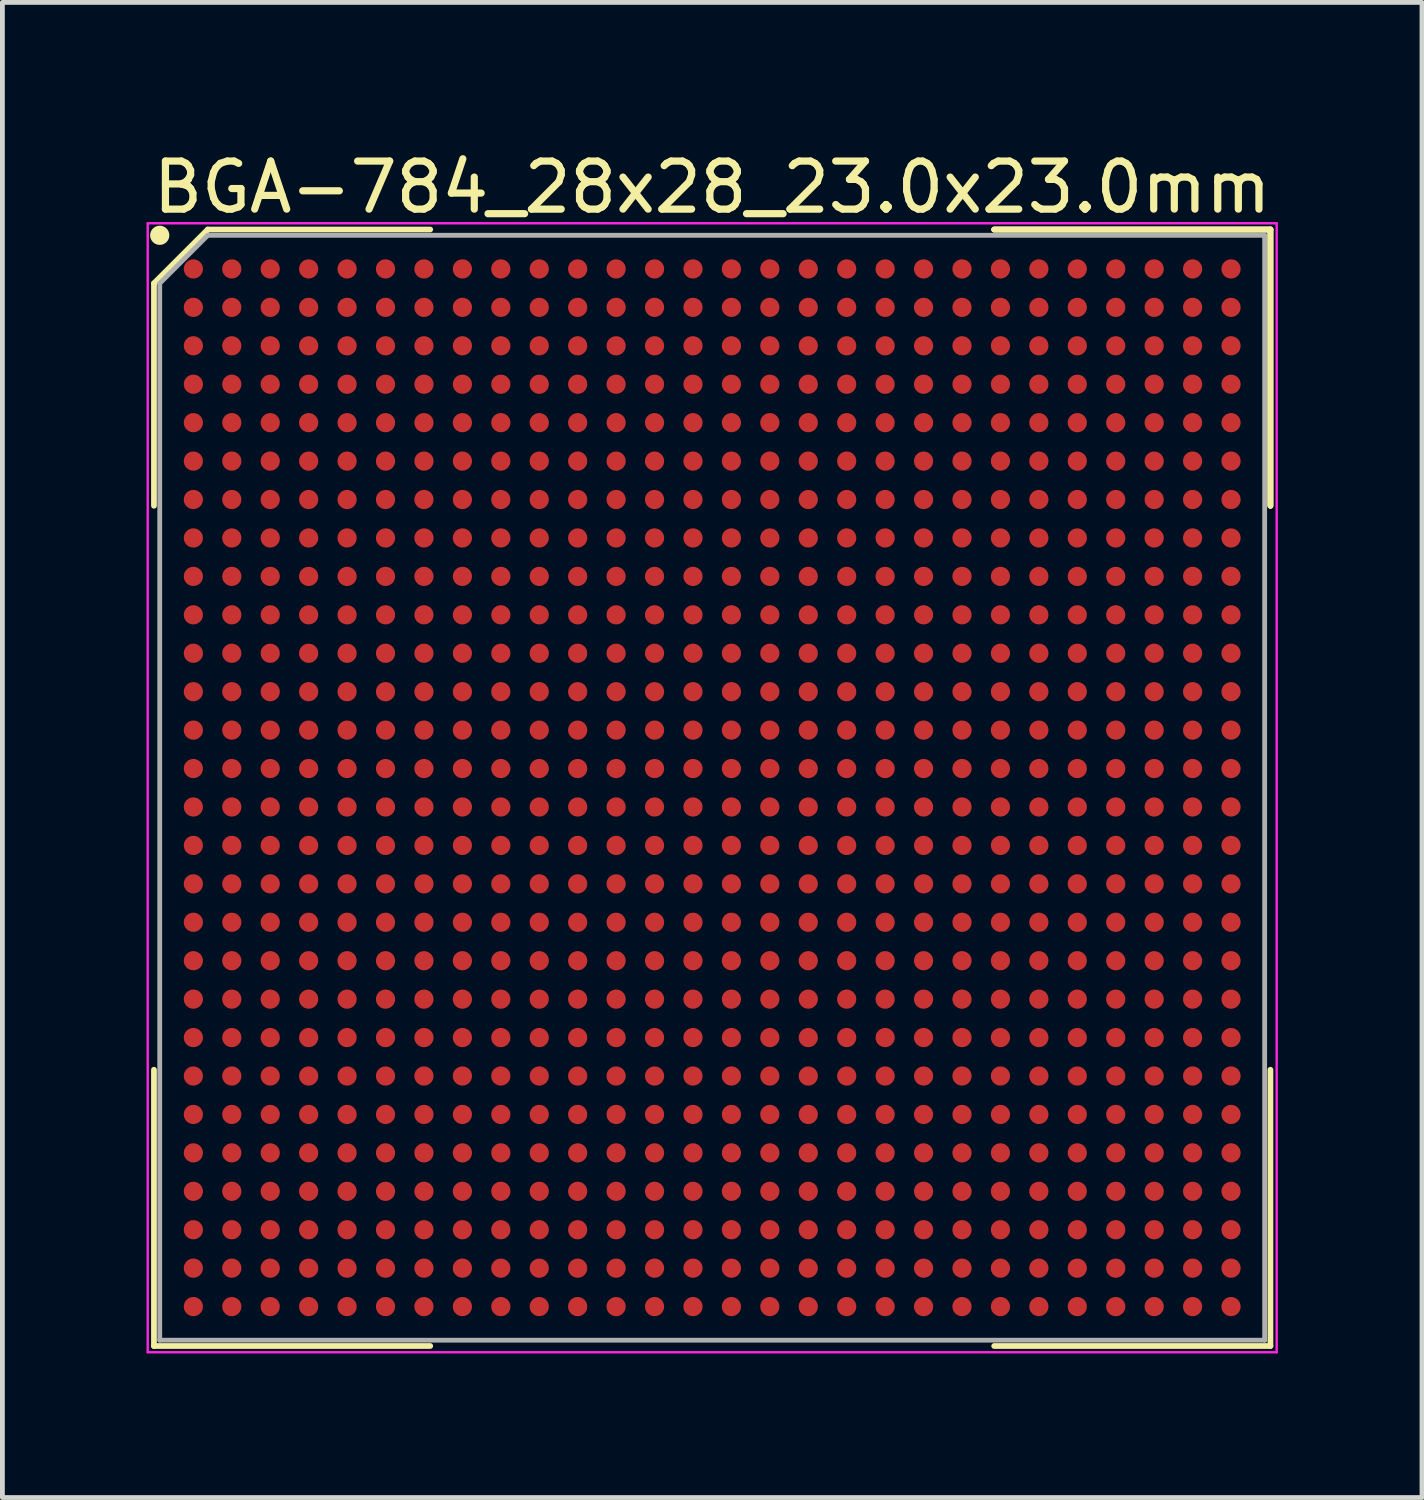
<source format=kicad_pcb>
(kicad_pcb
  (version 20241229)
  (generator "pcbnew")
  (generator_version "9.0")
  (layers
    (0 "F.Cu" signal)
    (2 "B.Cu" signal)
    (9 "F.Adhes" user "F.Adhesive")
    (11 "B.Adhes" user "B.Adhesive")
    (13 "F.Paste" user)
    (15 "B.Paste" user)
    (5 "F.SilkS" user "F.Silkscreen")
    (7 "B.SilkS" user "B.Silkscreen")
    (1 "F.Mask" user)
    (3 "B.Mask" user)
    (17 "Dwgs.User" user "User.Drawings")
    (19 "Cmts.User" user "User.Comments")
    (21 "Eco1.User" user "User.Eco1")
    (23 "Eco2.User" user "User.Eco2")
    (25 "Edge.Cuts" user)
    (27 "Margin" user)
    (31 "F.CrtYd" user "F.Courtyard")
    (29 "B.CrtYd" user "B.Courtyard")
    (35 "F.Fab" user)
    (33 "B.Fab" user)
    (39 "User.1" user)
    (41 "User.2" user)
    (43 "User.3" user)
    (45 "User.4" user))
  (footprint "BGA-784_28x28_23.0x23.0mm"
    (layer "F.Cu")
    (at 11.775 13.348)
    (property "Reference" "BGA-784_28x28_23.0x23.0mm" (at 0 -12.5 0) (layer "F.SilkS") (effects (font (size 1 1) (thickness 0.15))))
    (attr smd)
    (fp_line (start -11.62 -10.5) (end -11.62 -5.87) (stroke (width 0.12) (type solid)) (layer "F.SilkS"))
    (fp_line (start -11.62 11.62) (end -11.62 5.87) (stroke (width 0.12) (type solid)) (layer "F.SilkS"))
    (fp_line (start -10.5 -11.62) (end -11.62 -10.5) (stroke (width 0.12) (type solid)) (layer "F.SilkS"))
    (fp_line (start -5.87 -11.62) (end -10.5 -11.62) (stroke (width 0.12) (type solid)) (layer "F.SilkS"))
    (fp_line (start -5.87 11.62) (end -11.62 11.62) (stroke (width 0.12) (type solid)) (layer "F.SilkS"))
    (fp_line (start 5.87 -11.62) (end 11.62 -11.62) (stroke (width 0.12) (type solid)) (layer "F.SilkS"))
    (fp_line (start 5.87 -11.62) (end 11.62 -11.62) (stroke (width 0.12) (type solid)) (layer "F.SilkS"))
    (fp_line (start 5.87 -11.62) (end 11.62 -11.62) (stroke (width 0.12) (type solid)) (layer "F.SilkS"))
    (fp_line (start 5.87 11.62) (end 11.62 11.62) (stroke (width 0.12) (type solid)) (layer "F.SilkS"))
    (fp_line (start 11.62 -11.62) (end 11.62 -5.87) (stroke (width 0.12) (type solid)) (layer "F.SilkS"))
    (fp_line (start 11.62 -11.62) (end 11.62 -5.87) (stroke (width 0.12) (type solid)) (layer "F.SilkS"))
    (fp_line (start 11.62 -11.62) (end 11.62 -5.87) (stroke (width 0.12) (type solid)) (layer "F.SilkS"))
    (fp_line (start 11.62 11.62) (end 11.62 5.87) (stroke (width 0.12) (type solid)) (layer "F.SilkS"))
    (fp_circle (center -11.5 -11.5) (end -11.5 -11.4) (stroke (width 0.2) (type solid)) (fill no) (layer "F.SilkS"))
    (fp_line (start -11.75 -11.75) (end 11.75 -11.75) (stroke (width 0.05) (type solid)) (layer "F.CrtYd"))
    (fp_line (start -11.75 11.75) (end -11.75 -11.75) (stroke (width 0.05) (type solid)) (layer "F.CrtYd"))
    (fp_line (start 11.75 -11.75) (end 11.75 11.75) (stroke (width 0.05) (type solid)) (layer "F.CrtYd"))
    (fp_line (start 11.75 11.75) (end -11.75 11.75) (stroke (width 0.05) (type solid)) (layer "F.CrtYd"))
    (fp_line (start -11.5 -10.5) (end -11.5 11.5) (stroke (width 0.1) (type solid)) (layer "F.Fab"))
    (fp_line (start -11.5 11.5) (end 11.5 11.5) (stroke (width 0.1) (type solid)) (layer "F.Fab"))
    (fp_line (start -10.5 -11.5) (end -11.5 -10.5) (stroke (width 0.1) (type solid)) (layer "F.Fab"))
    (fp_line (start 11.5 -11.5) (end -10.5 -11.5) (stroke (width 0.1) (type solid)) (layer "F.Fab"))
    (fp_line (start 11.5 11.5) (end 11.5 -11.5) (stroke (width 0.1) (type solid)) (layer "F.Fab"))
    (pad "A1" smd circle (at -10.8 -10.8) (size 0.4 0.4) (layers "F.Cu" "F.Mask" "F.Paste"))
    (pad "A2" smd circle (at -10 -10.8) (size 0.4 0.4) (layers "F.Cu" "F.Mask" "F.Paste"))
    (pad "A3" smd circle (at -9.2 -10.8) (size 0.4 0.4) (layers "F.Cu" "F.Mask" "F.Paste"))
    (pad "A4" smd circle (at -8.4 -10.8) (size 0.4 0.4) (layers "F.Cu" "F.Mask" "F.Paste"))
    (pad "A5" smd circle (at -7.6 -10.8) (size 0.4 0.4) (layers "F.Cu" "F.Mask" "F.Paste"))
    (pad "A6" smd circle (at -6.8 -10.8) (size 0.4 0.4) (layers "F.Cu" "F.Mask" "F.Paste"))
    (pad "A7" smd circle (at -6 -10.8) (size 0.4 0.4) (layers "F.Cu" "F.Mask" "F.Paste"))
    (pad "A8" smd circle (at -5.2 -10.8) (size 0.4 0.4) (layers "F.Cu" "F.Mask" "F.Paste"))
    (pad "A9" smd circle (at -4.4 -10.8) (size 0.4 0.4) (layers "F.Cu" "F.Mask" "F.Paste"))
    (pad "A10" smd circle (at -3.6 -10.8) (size 0.4 0.4) (layers "F.Cu" "F.Mask" "F.Paste"))
    (pad "A11" smd circle (at -2.8 -10.8) (size 0.4 0.4) (layers "F.Cu" "F.Mask" "F.Paste"))
    (pad "A12" smd circle (at -2 -10.8) (size 0.4 0.4) (layers "F.Cu" "F.Mask" "F.Paste"))
    (pad "A13" smd circle (at -1.2 -10.8) (size 0.4 0.4) (layers "F.Cu" "F.Mask" "F.Paste"))
    (pad "A14" smd circle (at -0.4 -10.8) (size 0.4 0.4) (layers "F.Cu" "F.Mask" "F.Paste"))
    (pad "A15" smd circle (at 0.4 -10.8) (size 0.4 0.4) (layers "F.Cu" "F.Mask" "F.Paste"))
    (pad "A16" smd circle (at 1.2 -10.8) (size 0.4 0.4) (layers "F.Cu" "F.Mask" "F.Paste"))
    (pad "A17" smd circle (at 2 -10.8) (size 0.4 0.4) (layers "F.Cu" "F.Mask" "F.Paste"))
    (pad "A18" smd circle (at 2.8 -10.8) (size 0.4 0.4) (layers "F.Cu" "F.Mask" "F.Paste"))
    (pad "A19" smd circle (at 3.6 -10.8) (size 0.4 0.4) (layers "F.Cu" "F.Mask" "F.Paste"))
    (pad "A20" smd circle (at 4.4 -10.8) (size 0.4 0.4) (layers "F.Cu" "F.Mask" "F.Paste"))
    (pad "A21" smd circle (at 5.2 -10.8) (size 0.4 0.4) (layers "F.Cu" "F.Mask" "F.Paste"))
    (pad "A22" smd circle (at 6 -10.8) (size 0.4 0.4) (layers "F.Cu" "F.Mask" "F.Paste"))
    (pad "A23" smd circle (at 6.8 -10.8) (size 0.4 0.4) (layers "F.Cu" "F.Mask" "F.Paste"))
    (pad "A24" smd circle (at 7.6 -10.8) (size 0.4 0.4) (layers "F.Cu" "F.Mask" "F.Paste"))
    (pad "A25" smd circle (at 8.4 -10.8) (size 0.4 0.4) (layers "F.Cu" "F.Mask" "F.Paste"))
    (pad "A26" smd circle (at 9.2 -10.8) (size 0.4 0.4) (layers "F.Cu" "F.Mask" "F.Paste"))
    (pad "A27" smd circle (at 10 -10.8) (size 0.4 0.4) (layers "F.Cu" "F.Mask" "F.Paste"))
    (pad "A28" smd circle (at 10.8 -10.8) (size 0.4 0.4) (layers "F.Cu" "F.Mask" "F.Paste"))
    (pad "AA1" smd circle (at -10.8 5.2) (size 0.4 0.4) (layers "F.Cu" "F.Mask" "F.Paste"))
    (pad "AA2" smd circle (at -10 5.2) (size 0.4 0.4) (layers "F.Cu" "F.Mask" "F.Paste"))
    (pad "AA3" smd circle (at -9.2 5.2) (size 0.4 0.4) (layers "F.Cu" "F.Mask" "F.Paste"))
    (pad "AA4" smd circle (at -8.4 5.2) (size 0.4 0.4) (layers "F.Cu" "F.Mask" "F.Paste"))
    (pad "AA5" smd circle (at -7.6 5.2) (size 0.4 0.4) (layers "F.Cu" "F.Mask" "F.Paste"))
    (pad "AA6" smd circle (at -6.8 5.2) (size 0.4 0.4) (layers "F.Cu" "F.Mask" "F.Paste"))
    (pad "AA7" smd circle (at -6 5.2) (size 0.4 0.4) (layers "F.Cu" "F.Mask" "F.Paste"))
    (pad "AA8" smd circle (at -5.2 5.2) (size 0.4 0.4) (layers "F.Cu" "F.Mask" "F.Paste"))
    (pad "AA9" smd circle (at -4.4 5.2) (size 0.4 0.4) (layers "F.Cu" "F.Mask" "F.Paste"))
    (pad "AA10" smd circle (at -3.6 5.2) (size 0.4 0.4) (layers "F.Cu" "F.Mask" "F.Paste"))
    (pad "AA11" smd circle (at -2.8 5.2) (size 0.4 0.4) (layers "F.Cu" "F.Mask" "F.Paste"))
    (pad "AA12" smd circle (at -2 5.2) (size 0.4 0.4) (layers "F.Cu" "F.Mask" "F.Paste"))
    (pad "AA13" smd circle (at -1.2 5.2) (size 0.4 0.4) (layers "F.Cu" "F.Mask" "F.Paste"))
    (pad "AA14" smd circle (at -0.4 5.2) (size 0.4 0.4) (layers "F.Cu" "F.Mask" "F.Paste"))
    (pad "AA15" smd circle (at 0.4 5.2) (size 0.4 0.4) (layers "F.Cu" "F.Mask" "F.Paste"))
    (pad "AA16" smd circle (at 1.2 5.2) (size 0.4 0.4) (layers "F.Cu" "F.Mask" "F.Paste"))
    (pad "AA17" smd circle (at 2 5.2) (size 0.4 0.4) (layers "F.Cu" "F.Mask" "F.Paste"))
    (pad "AA18" smd circle (at 2.8 5.2) (size 0.4 0.4) (layers "F.Cu" "F.Mask" "F.Paste"))
    (pad "AA19" smd circle (at 3.6 5.2) (size 0.4 0.4) (layers "F.Cu" "F.Mask" "F.Paste"))
    (pad "AA20" smd circle (at 4.4 5.2) (size 0.4 0.4) (layers "F.Cu" "F.Mask" "F.Paste"))
    (pad "AA21" smd circle (at 5.2 5.2) (size 0.4 0.4) (layers "F.Cu" "F.Mask" "F.Paste"))
    (pad "AA22" smd circle (at 6 5.2) (size 0.4 0.4) (layers "F.Cu" "F.Mask" "F.Paste"))
    (pad "AA23" smd circle (at 6.8 5.2) (size 0.4 0.4) (layers "F.Cu" "F.Mask" "F.Paste"))
    (pad "AA24" smd circle (at 7.6 5.2) (size 0.4 0.4) (layers "F.Cu" "F.Mask" "F.Paste"))
    (pad "AA25" smd circle (at 8.4 5.2) (size 0.4 0.4) (layers "F.Cu" "F.Mask" "F.Paste"))
    (pad "AA26" smd circle (at 9.2 5.2) (size 0.4 0.4) (layers "F.Cu" "F.Mask" "F.Paste"))
    (pad "AA27" smd circle (at 10 5.2) (size 0.4 0.4) (layers "F.Cu" "F.Mask" "F.Paste"))
    (pad "AA28" smd circle (at 10.8 5.2) (size 0.4 0.4) (layers "F.Cu" "F.Mask" "F.Paste"))
    (pad "AB1" smd circle (at -10.8 6) (size 0.4 0.4) (layers "F.Cu" "F.Mask" "F.Paste"))
    (pad "AB2" smd circle (at -10 6) (size 0.4 0.4) (layers "F.Cu" "F.Mask" "F.Paste"))
    (pad "AB3" smd circle (at -9.2 6) (size 0.4 0.4) (layers "F.Cu" "F.Mask" "F.Paste"))
    (pad "AB4" smd circle (at -8.4 6) (size 0.4 0.4) (layers "F.Cu" "F.Mask" "F.Paste"))
    (pad "AB5" smd circle (at -7.6 6) (size 0.4 0.4) (layers "F.Cu" "F.Mask" "F.Paste"))
    (pad "AB6" smd circle (at -6.8 6) (size 0.4 0.4) (layers "F.Cu" "F.Mask" "F.Paste"))
    (pad "AB7" smd circle (at -6 6) (size 0.4 0.4) (layers "F.Cu" "F.Mask" "F.Paste"))
    (pad "AB8" smd circle (at -5.2 6) (size 0.4 0.4) (layers "F.Cu" "F.Mask" "F.Paste"))
    (pad "AB9" smd circle (at -4.4 6) (size 0.4 0.4) (layers "F.Cu" "F.Mask" "F.Paste"))
    (pad "AB10" smd circle (at -3.6 6) (size 0.4 0.4) (layers "F.Cu" "F.Mask" "F.Paste"))
    (pad "AB11" smd circle (at -2.8 6) (size 0.4 0.4) (layers "F.Cu" "F.Mask" "F.Paste"))
    (pad "AB12" smd circle (at -2 6) (size 0.4 0.4) (layers "F.Cu" "F.Mask" "F.Paste"))
    (pad "AB13" smd circle (at -1.2 6) (size 0.4 0.4) (layers "F.Cu" "F.Mask" "F.Paste"))
    (pad "AB14" smd circle (at -0.4 6) (size 0.4 0.4) (layers "F.Cu" "F.Mask" "F.Paste"))
    (pad "AB15" smd circle (at 0.4 6) (size 0.4 0.4) (layers "F.Cu" "F.Mask" "F.Paste"))
    (pad "AB16" smd circle (at 1.2 6) (size 0.4 0.4) (layers "F.Cu" "F.Mask" "F.Paste"))
    (pad "AB17" smd circle (at 2 6) (size 0.4 0.4) (layers "F.Cu" "F.Mask" "F.Paste"))
    (pad "AB18" smd circle (at 2.8 6) (size 0.4 0.4) (layers "F.Cu" "F.Mask" "F.Paste"))
    (pad "AB19" smd circle (at 3.6 6) (size 0.4 0.4) (layers "F.Cu" "F.Mask" "F.Paste"))
    (pad "AB20" smd circle (at 4.4 6) (size 0.4 0.4) (layers "F.Cu" "F.Mask" "F.Paste"))
    (pad "AB21" smd circle (at 5.2 6) (size 0.4 0.4) (layers "F.Cu" "F.Mask" "F.Paste"))
    (pad "AB22" smd circle (at 6 6) (size 0.4 0.4) (layers "F.Cu" "F.Mask" "F.Paste"))
    (pad "AB23" smd circle (at 6.8 6) (size 0.4 0.4) (layers "F.Cu" "F.Mask" "F.Paste"))
    (pad "AB24" smd circle (at 7.6 6) (size 0.4 0.4) (layers "F.Cu" "F.Mask" "F.Paste"))
    (pad "AB25" smd circle (at 8.4 6) (size 0.4 0.4) (layers "F.Cu" "F.Mask" "F.Paste"))
    (pad "AB26" smd circle (at 9.2 6) (size 0.4 0.4) (layers "F.Cu" "F.Mask" "F.Paste"))
    (pad "AB27" smd circle (at 10 6) (size 0.4 0.4) (layers "F.Cu" "F.Mask" "F.Paste"))
    (pad "AB28" smd circle (at 10.8 6) (size 0.4 0.4) (layers "F.Cu" "F.Mask" "F.Paste"))
    (pad "AC1" smd circle (at -10.8 6.8) (size 0.4 0.4) (layers "F.Cu" "F.Mask" "F.Paste"))
    (pad "AC2" smd circle (at -10 6.8) (size 0.4 0.4) (layers "F.Cu" "F.Mask" "F.Paste"))
    (pad "AC3" smd circle (at -9.2 6.8) (size 0.4 0.4) (layers "F.Cu" "F.Mask" "F.Paste"))
    (pad "AC4" smd circle (at -8.4 6.8) (size 0.4 0.4) (layers "F.Cu" "F.Mask" "F.Paste"))
    (pad "AC5" smd circle (at -7.6 6.8) (size 0.4 0.4) (layers "F.Cu" "F.Mask" "F.Paste"))
    (pad "AC6" smd circle (at -6.8 6.8) (size 0.4 0.4) (layers "F.Cu" "F.Mask" "F.Paste"))
    (pad "AC7" smd circle (at -6 6.8) (size 0.4 0.4) (layers "F.Cu" "F.Mask" "F.Paste"))
    (pad "AC8" smd circle (at -5.2 6.8) (size 0.4 0.4) (layers "F.Cu" "F.Mask" "F.Paste"))
    (pad "AC9" smd circle (at -4.4 6.8) (size 0.4 0.4) (layers "F.Cu" "F.Mask" "F.Paste"))
    (pad "AC10" smd circle (at -3.6 6.8) (size 0.4 0.4) (layers "F.Cu" "F.Mask" "F.Paste"))
    (pad "AC11" smd circle (at -2.8 6.8) (size 0.4 0.4) (layers "F.Cu" "F.Mask" "F.Paste"))
    (pad "AC12" smd circle (at -2 6.8) (size 0.4 0.4) (layers "F.Cu" "F.Mask" "F.Paste"))
    (pad "AC13" smd circle (at -1.2 6.8) (size 0.4 0.4) (layers "F.Cu" "F.Mask" "F.Paste"))
    (pad "AC14" smd circle (at -0.4 6.8) (size 0.4 0.4) (layers "F.Cu" "F.Mask" "F.Paste"))
    (pad "AC15" smd circle (at 0.4 6.8) (size 0.4 0.4) (layers "F.Cu" "F.Mask" "F.Paste"))
    (pad "AC16" smd circle (at 1.2 6.8) (size 0.4 0.4) (layers "F.Cu" "F.Mask" "F.Paste"))
    (pad "AC17" smd circle (at 2 6.8) (size 0.4 0.4) (layers "F.Cu" "F.Mask" "F.Paste"))
    (pad "AC18" smd circle (at 2.8 6.8) (size 0.4 0.4) (layers "F.Cu" "F.Mask" "F.Paste"))
    (pad "AC19" smd circle (at 3.6 6.8) (size 0.4 0.4) (layers "F.Cu" "F.Mask" "F.Paste"))
    (pad "AC20" smd circle (at 4.4 6.8) (size 0.4 0.4) (layers "F.Cu" "F.Mask" "F.Paste"))
    (pad "AC21" smd circle (at 5.2 6.8) (size 0.4 0.4) (layers "F.Cu" "F.Mask" "F.Paste"))
    (pad "AC22" smd circle (at 6 6.8) (size 0.4 0.4) (layers "F.Cu" "F.Mask" "F.Paste"))
    (pad "AC23" smd circle (at 6.8 6.8) (size 0.4 0.4) (layers "F.Cu" "F.Mask" "F.Paste"))
    (pad "AC24" smd circle (at 7.6 6.8) (size 0.4 0.4) (layers "F.Cu" "F.Mask" "F.Paste"))
    (pad "AC25" smd circle (at 8.4 6.8) (size 0.4 0.4) (layers "F.Cu" "F.Mask" "F.Paste"))
    (pad "AC26" smd circle (at 9.2 6.8) (size 0.4 0.4) (layers "F.Cu" "F.Mask" "F.Paste"))
    (pad "AC27" smd circle (at 10 6.8) (size 0.4 0.4) (layers "F.Cu" "F.Mask" "F.Paste"))
    (pad "AC28" smd circle (at 10.8 6.8) (size 0.4 0.4) (layers "F.Cu" "F.Mask" "F.Paste"))
    (pad "AD1" smd circle (at -10.8 7.6) (size 0.4 0.4) (layers "F.Cu" "F.Mask" "F.Paste"))
    (pad "AD2" smd circle (at -10 7.6) (size 0.4 0.4) (layers "F.Cu" "F.Mask" "F.Paste"))
    (pad "AD3" smd circle (at -9.2 7.6) (size 0.4 0.4) (layers "F.Cu" "F.Mask" "F.Paste"))
    (pad "AD4" smd circle (at -8.4 7.6) (size 0.4 0.4) (layers "F.Cu" "F.Mask" "F.Paste"))
    (pad "AD5" smd circle (at -7.6 7.6) (size 0.4 0.4) (layers "F.Cu" "F.Mask" "F.Paste"))
    (pad "AD6" smd circle (at -6.8 7.6) (size 0.4 0.4) (layers "F.Cu" "F.Mask" "F.Paste"))
    (pad "AD7" smd circle (at -6 7.6) (size 0.4 0.4) (layers "F.Cu" "F.Mask" "F.Paste"))
    (pad "AD8" smd circle (at -5.2 7.6) (size 0.4 0.4) (layers "F.Cu" "F.Mask" "F.Paste"))
    (pad "AD9" smd circle (at -4.4 7.6) (size 0.4 0.4) (layers "F.Cu" "F.Mask" "F.Paste"))
    (pad "AD10" smd circle (at -3.6 7.6) (size 0.4 0.4) (layers "F.Cu" "F.Mask" "F.Paste"))
    (pad "AD11" smd circle (at -2.8 7.6) (size 0.4 0.4) (layers "F.Cu" "F.Mask" "F.Paste"))
    (pad "AD12" smd circle (at -2 7.6) (size 0.4 0.4) (layers "F.Cu" "F.Mask" "F.Paste"))
    (pad "AD13" smd circle (at -1.2 7.6) (size 0.4 0.4) (layers "F.Cu" "F.Mask" "F.Paste"))
    (pad "AD14" smd circle (at -0.4 7.6) (size 0.4 0.4) (layers "F.Cu" "F.Mask" "F.Paste"))
    (pad "AD15" smd circle (at 0.4 7.6) (size 0.4 0.4) (layers "F.Cu" "F.Mask" "F.Paste"))
    (pad "AD16" smd circle (at 1.2 7.6) (size 0.4 0.4) (layers "F.Cu" "F.Mask" "F.Paste"))
    (pad "AD17" smd circle (at 2 7.6) (size 0.4 0.4) (layers "F.Cu" "F.Mask" "F.Paste"))
    (pad "AD18" smd circle (at 2.8 7.6) (size 0.4 0.4) (layers "F.Cu" "F.Mask" "F.Paste"))
    (pad "AD19" smd circle (at 3.6 7.6) (size 0.4 0.4) (layers "F.Cu" "F.Mask" "F.Paste"))
    (pad "AD20" smd circle (at 4.4 7.6) (size 0.4 0.4) (layers "F.Cu" "F.Mask" "F.Paste"))
    (pad "AD21" smd circle (at 5.2 7.6) (size 0.4 0.4) (layers "F.Cu" "F.Mask" "F.Paste"))
    (pad "AD22" smd circle (at 6 7.6) (size 0.4 0.4) (layers "F.Cu" "F.Mask" "F.Paste"))
    (pad "AD23" smd circle (at 6.8 7.6) (size 0.4 0.4) (layers "F.Cu" "F.Mask" "F.Paste"))
    (pad "AD24" smd circle (at 7.6 7.6) (size 0.4 0.4) (layers "F.Cu" "F.Mask" "F.Paste"))
    (pad "AD25" smd circle (at 8.4 7.6) (size 0.4 0.4) (layers "F.Cu" "F.Mask" "F.Paste"))
    (pad "AD26" smd circle (at 9.2 7.6) (size 0.4 0.4) (layers "F.Cu" "F.Mask" "F.Paste"))
    (pad "AD27" smd circle (at 10 7.6) (size 0.4 0.4) (layers "F.Cu" "F.Mask" "F.Paste"))
    (pad "AD28" smd circle (at 10.8 7.6) (size 0.4 0.4) (layers "F.Cu" "F.Mask" "F.Paste"))
    (pad "AE1" smd circle (at -10.8 8.4) (size 0.4 0.4) (layers "F.Cu" "F.Mask" "F.Paste"))
    (pad "AE2" smd circle (at -10 8.4) (size 0.4 0.4) (layers "F.Cu" "F.Mask" "F.Paste"))
    (pad "AE3" smd circle (at -9.2 8.4) (size 0.4 0.4) (layers "F.Cu" "F.Mask" "F.Paste"))
    (pad "AE4" smd circle (at -8.4 8.4) (size 0.4 0.4) (layers "F.Cu" "F.Mask" "F.Paste"))
    (pad "AE5" smd circle (at -7.6 8.4) (size 0.4 0.4) (layers "F.Cu" "F.Mask" "F.Paste"))
    (pad "AE6" smd circle (at -6.8 8.4) (size 0.4 0.4) (layers "F.Cu" "F.Mask" "F.Paste"))
    (pad "AE7" smd circle (at -6 8.4) (size 0.4 0.4) (layers "F.Cu" "F.Mask" "F.Paste"))
    (pad "AE8" smd circle (at -5.2 8.4) (size 0.4 0.4) (layers "F.Cu" "F.Mask" "F.Paste"))
    (pad "AE9" smd circle (at -4.4 8.4) (size 0.4 0.4) (layers "F.Cu" "F.Mask" "F.Paste"))
    (pad "AE10" smd circle (at -3.6 8.4) (size 0.4 0.4) (layers "F.Cu" "F.Mask" "F.Paste"))
    (pad "AE11" smd circle (at -2.8 8.4) (size 0.4 0.4) (layers "F.Cu" "F.Mask" "F.Paste"))
    (pad "AE12" smd circle (at -2 8.4) (size 0.4 0.4) (layers "F.Cu" "F.Mask" "F.Paste"))
    (pad "AE13" smd circle (at -1.2 8.4) (size 0.4 0.4) (layers "F.Cu" "F.Mask" "F.Paste"))
    (pad "AE14" smd circle (at -0.4 8.4) (size 0.4 0.4) (layers "F.Cu" "F.Mask" "F.Paste"))
    (pad "AE15" smd circle (at 0.4 8.4) (size 0.4 0.4) (layers "F.Cu" "F.Mask" "F.Paste"))
    (pad "AE16" smd circle (at 1.2 8.4) (size 0.4 0.4) (layers "F.Cu" "F.Mask" "F.Paste"))
    (pad "AE17" smd circle (at 2 8.4) (size 0.4 0.4) (layers "F.Cu" "F.Mask" "F.Paste"))
    (pad "AE18" smd circle (at 2.8 8.4) (size 0.4 0.4) (layers "F.Cu" "F.Mask" "F.Paste"))
    (pad "AE19" smd circle (at 3.6 8.4) (size 0.4 0.4) (layers "F.Cu" "F.Mask" "F.Paste"))
    (pad "AE20" smd circle (at 4.4 8.4) (size 0.4 0.4) (layers "F.Cu" "F.Mask" "F.Paste"))
    (pad "AE21" smd circle (at 5.2 8.4) (size 0.4 0.4) (layers "F.Cu" "F.Mask" "F.Paste"))
    (pad "AE22" smd circle (at 6 8.4) (size 0.4 0.4) (layers "F.Cu" "F.Mask" "F.Paste"))
    (pad "AE23" smd circle (at 6.8 8.4) (size 0.4 0.4) (layers "F.Cu" "F.Mask" "F.Paste"))
    (pad "AE24" smd circle (at 7.6 8.4) (size 0.4 0.4) (layers "F.Cu" "F.Mask" "F.Paste"))
    (pad "AE25" smd circle (at 8.4 8.4) (size 0.4 0.4) (layers "F.Cu" "F.Mask" "F.Paste"))
    (pad "AE26" smd circle (at 9.2 8.4) (size 0.4 0.4) (layers "F.Cu" "F.Mask" "F.Paste"))
    (pad "AE27" smd circle (at 10 8.4) (size 0.4 0.4) (layers "F.Cu" "F.Mask" "F.Paste"))
    (pad "AE28" smd circle (at 10.8 8.4) (size 0.4 0.4) (layers "F.Cu" "F.Mask" "F.Paste"))
    (pad "AF1" smd circle (at -10.8 9.2) (size 0.4 0.4) (layers "F.Cu" "F.Mask" "F.Paste"))
    (pad "AF2" smd circle (at -10 9.2) (size 0.4 0.4) (layers "F.Cu" "F.Mask" "F.Paste"))
    (pad "AF3" smd circle (at -9.2 9.2) (size 0.4 0.4) (layers "F.Cu" "F.Mask" "F.Paste"))
    (pad "AF4" smd circle (at -8.4 9.2) (size 0.4 0.4) (layers "F.Cu" "F.Mask" "F.Paste"))
    (pad "AF5" smd circle (at -7.6 9.2) (size 0.4 0.4) (layers "F.Cu" "F.Mask" "F.Paste"))
    (pad "AF6" smd circle (at -6.8 9.2) (size 0.4 0.4) (layers "F.Cu" "F.Mask" "F.Paste"))
    (pad "AF7" smd circle (at -6 9.2) (size 0.4 0.4) (layers "F.Cu" "F.Mask" "F.Paste"))
    (pad "AF8" smd circle (at -5.2 9.2) (size 0.4 0.4) (layers "F.Cu" "F.Mask" "F.Paste"))
    (pad "AF9" smd circle (at -4.4 9.2) (size 0.4 0.4) (layers "F.Cu" "F.Mask" "F.Paste"))
    (pad "AF10" smd circle (at -3.6 9.2) (size 0.4 0.4) (layers "F.Cu" "F.Mask" "F.Paste"))
    (pad "AF11" smd circle (at -2.8 9.2) (size 0.4 0.4) (layers "F.Cu" "F.Mask" "F.Paste"))
    (pad "AF12" smd circle (at -2 9.2) (size 0.4 0.4) (layers "F.Cu" "F.Mask" "F.Paste"))
    (pad "AF13" smd circle (at -1.2 9.2) (size 0.4 0.4) (layers "F.Cu" "F.Mask" "F.Paste"))
    (pad "AF14" smd circle (at -0.4 9.2) (size 0.4 0.4) (layers "F.Cu" "F.Mask" "F.Paste"))
    (pad "AF15" smd circle (at 0.4 9.2) (size 0.4 0.4) (layers "F.Cu" "F.Mask" "F.Paste"))
    (pad "AF16" smd circle (at 1.2 9.2) (size 0.4 0.4) (layers "F.Cu" "F.Mask" "F.Paste"))
    (pad "AF17" smd circle (at 2 9.2) (size 0.4 0.4) (layers "F.Cu" "F.Mask" "F.Paste"))
    (pad "AF18" smd circle (at 2.8 9.2) (size 0.4 0.4) (layers "F.Cu" "F.Mask" "F.Paste"))
    (pad "AF19" smd circle (at 3.6 9.2) (size 0.4 0.4) (layers "F.Cu" "F.Mask" "F.Paste"))
    (pad "AF20" smd circle (at 4.4 9.2) (size 0.4 0.4) (layers "F.Cu" "F.Mask" "F.Paste"))
    (pad "AF21" smd circle (at 5.2 9.2) (size 0.4 0.4) (layers "F.Cu" "F.Mask" "F.Paste"))
    (pad "AF22" smd circle (at 6 9.2) (size 0.4 0.4) (layers "F.Cu" "F.Mask" "F.Paste"))
    (pad "AF23" smd circle (at 6.8 9.2) (size 0.4 0.4) (layers "F.Cu" "F.Mask" "F.Paste"))
    (pad "AF24" smd circle (at 7.6 9.2) (size 0.4 0.4) (layers "F.Cu" "F.Mask" "F.Paste"))
    (pad "AF25" smd circle (at 8.4 9.2) (size 0.4 0.4) (layers "F.Cu" "F.Mask" "F.Paste"))
    (pad "AF26" smd circle (at 9.2 9.2) (size 0.4 0.4) (layers "F.Cu" "F.Mask" "F.Paste"))
    (pad "AF27" smd circle (at 10 9.2) (size 0.4 0.4) (layers "F.Cu" "F.Mask" "F.Paste"))
    (pad "AF28" smd circle (at 10.8 9.2) (size 0.4 0.4) (layers "F.Cu" "F.Mask" "F.Paste"))
    (pad "AG1" smd circle (at -10.8 10) (size 0.4 0.4) (layers "F.Cu" "F.Mask" "F.Paste"))
    (pad "AG2" smd circle (at -10 10) (size 0.4 0.4) (layers "F.Cu" "F.Mask" "F.Paste"))
    (pad "AG3" smd circle (at -9.2 10) (size 0.4 0.4) (layers "F.Cu" "F.Mask" "F.Paste"))
    (pad "AG4" smd circle (at -8.4 10) (size 0.4 0.4) (layers "F.Cu" "F.Mask" "F.Paste"))
    (pad "AG5" smd circle (at -7.6 10) (size 0.4 0.4) (layers "F.Cu" "F.Mask" "F.Paste"))
    (pad "AG6" smd circle (at -6.8 10) (size 0.4 0.4) (layers "F.Cu" "F.Mask" "F.Paste"))
    (pad "AG7" smd circle (at -6 10) (size 0.4 0.4) (layers "F.Cu" "F.Mask" "F.Paste"))
    (pad "AG8" smd circle (at -5.2 10) (size 0.4 0.4) (layers "F.Cu" "F.Mask" "F.Paste"))
    (pad "AG9" smd circle (at -4.4 10) (size 0.4 0.4) (layers "F.Cu" "F.Mask" "F.Paste"))
    (pad "AG10" smd circle (at -3.6 10) (size 0.4 0.4) (layers "F.Cu" "F.Mask" "F.Paste"))
    (pad "AG11" smd circle (at -2.8 10) (size 0.4 0.4) (layers "F.Cu" "F.Mask" "F.Paste"))
    (pad "AG12" smd circle (at -2 10) (size 0.4 0.4) (layers "F.Cu" "F.Mask" "F.Paste"))
    (pad "AG13" smd circle (at -1.2 10) (size 0.4 0.4) (layers "F.Cu" "F.Mask" "F.Paste"))
    (pad "AG14" smd circle (at -0.4 10) (size 0.4 0.4) (layers "F.Cu" "F.Mask" "F.Paste"))
    (pad "AG15" smd circle (at 0.4 10) (size 0.4 0.4) (layers "F.Cu" "F.Mask" "F.Paste"))
    (pad "AG16" smd circle (at 1.2 10) (size 0.4 0.4) (layers "F.Cu" "F.Mask" "F.Paste"))
    (pad "AG17" smd circle (at 2 10) (size 0.4 0.4) (layers "F.Cu" "F.Mask" "F.Paste"))
    (pad "AG18" smd circle (at 2.8 10) (size 0.4 0.4) (layers "F.Cu" "F.Mask" "F.Paste"))
    (pad "AG19" smd circle (at 3.6 10) (size 0.4 0.4) (layers "F.Cu" "F.Mask" "F.Paste"))
    (pad "AG20" smd circle (at 4.4 10) (size 0.4 0.4) (layers "F.Cu" "F.Mask" "F.Paste"))
    (pad "AG21" smd circle (at 5.2 10) (size 0.4 0.4) (layers "F.Cu" "F.Mask" "F.Paste"))
    (pad "AG22" smd circle (at 6 10) (size 0.4 0.4) (layers "F.Cu" "F.Mask" "F.Paste"))
    (pad "AG23" smd circle (at 6.8 10) (size 0.4 0.4) (layers "F.Cu" "F.Mask" "F.Paste"))
    (pad "AG24" smd circle (at 7.6 10) (size 0.4 0.4) (layers "F.Cu" "F.Mask" "F.Paste"))
    (pad "AG25" smd circle (at 8.4 10) (size 0.4 0.4) (layers "F.Cu" "F.Mask" "F.Paste"))
    (pad "AG26" smd circle (at 9.2 10) (size 0.4 0.4) (layers "F.Cu" "F.Mask" "F.Paste"))
    (pad "AG27" smd circle (at 10 10) (size 0.4 0.4) (layers "F.Cu" "F.Mask" "F.Paste"))
    (pad "AG28" smd circle (at 10.8 10) (size 0.4 0.4) (layers "F.Cu" "F.Mask" "F.Paste"))
    (pad "AH1" smd circle (at -10.8 10.8) (size 0.4 0.4) (layers "F.Cu" "F.Mask" "F.Paste"))
    (pad "AH2" smd circle (at -10 10.8) (size 0.4 0.4) (layers "F.Cu" "F.Mask" "F.Paste"))
    (pad "AH3" smd circle (at -9.2 10.8) (size 0.4 0.4) (layers "F.Cu" "F.Mask" "F.Paste"))
    (pad "AH4" smd circle (at -8.4 10.8) (size 0.4 0.4) (layers "F.Cu" "F.Mask" "F.Paste"))
    (pad "AH5" smd circle (at -7.6 10.8) (size 0.4 0.4) (layers "F.Cu" "F.Mask" "F.Paste"))
    (pad "AH6" smd circle (at -6.8 10.8) (size 0.4 0.4) (layers "F.Cu" "F.Mask" "F.Paste"))
    (pad "AH7" smd circle (at -6 10.8) (size 0.4 0.4) (layers "F.Cu" "F.Mask" "F.Paste"))
    (pad "AH8" smd circle (at -5.2 10.8) (size 0.4 0.4) (layers "F.Cu" "F.Mask" "F.Paste"))
    (pad "AH9" smd circle (at -4.4 10.8) (size 0.4 0.4) (layers "F.Cu" "F.Mask" "F.Paste"))
    (pad "AH10" smd circle (at -3.6 10.8) (size 0.4 0.4) (layers "F.Cu" "F.Mask" "F.Paste"))
    (pad "AH11" smd circle (at -2.8 10.8) (size 0.4 0.4) (layers "F.Cu" "F.Mask" "F.Paste"))
    (pad "AH12" smd circle (at -2 10.8) (size 0.4 0.4) (layers "F.Cu" "F.Mask" "F.Paste"))
    (pad "AH13" smd circle (at -1.2 10.8) (size 0.4 0.4) (layers "F.Cu" "F.Mask" "F.Paste"))
    (pad "AH14" smd circle (at -0.4 10.8) (size 0.4 0.4) (layers "F.Cu" "F.Mask" "F.Paste"))
    (pad "AH15" smd circle (at 0.4 10.8) (size 0.4 0.4) (layers "F.Cu" "F.Mask" "F.Paste"))
    (pad "AH16" smd circle (at 1.2 10.8) (size 0.4 0.4) (layers "F.Cu" "F.Mask" "F.Paste"))
    (pad "AH17" smd circle (at 2 10.8) (size 0.4 0.4) (layers "F.Cu" "F.Mask" "F.Paste"))
    (pad "AH18" smd circle (at 2.8 10.8) (size 0.4 0.4) (layers "F.Cu" "F.Mask" "F.Paste"))
    (pad "AH19" smd circle (at 3.6 10.8) (size 0.4 0.4) (layers "F.Cu" "F.Mask" "F.Paste"))
    (pad "AH20" smd circle (at 4.4 10.8) (size 0.4 0.4) (layers "F.Cu" "F.Mask" "F.Paste"))
    (pad "AH21" smd circle (at 5.2 10.8) (size 0.4 0.4) (layers "F.Cu" "F.Mask" "F.Paste"))
    (pad "AH22" smd circle (at 6 10.8) (size 0.4 0.4) (layers "F.Cu" "F.Mask" "F.Paste"))
    (pad "AH23" smd circle (at 6.8 10.8) (size 0.4 0.4) (layers "F.Cu" "F.Mask" "F.Paste"))
    (pad "AH24" smd circle (at 7.6 10.8) (size 0.4 0.4) (layers "F.Cu" "F.Mask" "F.Paste"))
    (pad "AH25" smd circle (at 8.4 10.8) (size 0.4 0.4) (layers "F.Cu" "F.Mask" "F.Paste"))
    (pad "AH26" smd circle (at 9.2 10.8) (size 0.4 0.4) (layers "F.Cu" "F.Mask" "F.Paste"))
    (pad "AH27" smd circle (at 10 10.8) (size 0.4 0.4) (layers "F.Cu" "F.Mask" "F.Paste"))
    (pad "AH28" smd circle (at 10.8 10.8) (size 0.4 0.4) (layers "F.Cu" "F.Mask" "F.Paste"))
    (pad "B1" smd circle (at -10.8 -10) (size 0.4 0.4) (layers "F.Cu" "F.Mask" "F.Paste"))
    (pad "B2" smd circle (at -10 -10) (size 0.4 0.4) (layers "F.Cu" "F.Mask" "F.Paste"))
    (pad "B3" smd circle (at -9.2 -10) (size 0.4 0.4) (layers "F.Cu" "F.Mask" "F.Paste"))
    (pad "B4" smd circle (at -8.4 -10) (size 0.4 0.4) (layers "F.Cu" "F.Mask" "F.Paste"))
    (pad "B5" smd circle (at -7.6 -10) (size 0.4 0.4) (layers "F.Cu" "F.Mask" "F.Paste"))
    (pad "B6" smd circle (at -6.8 -10) (size 0.4 0.4) (layers "F.Cu" "F.Mask" "F.Paste"))
    (pad "B7" smd circle (at -6 -10) (size 0.4 0.4) (layers "F.Cu" "F.Mask" "F.Paste"))
    (pad "B8" smd circle (at -5.2 -10) (size 0.4 0.4) (layers "F.Cu" "F.Mask" "F.Paste"))
    (pad "B9" smd circle (at -4.4 -10) (size 0.4 0.4) (layers "F.Cu" "F.Mask" "F.Paste"))
    (pad "B10" smd circle (at -3.6 -10) (size 0.4 0.4) (layers "F.Cu" "F.Mask" "F.Paste"))
    (pad "B11" smd circle (at -2.8 -10) (size 0.4 0.4) (layers "F.Cu" "F.Mask" "F.Paste"))
    (pad "B12" smd circle (at -2 -10) (size 0.4 0.4) (layers "F.Cu" "F.Mask" "F.Paste"))
    (pad "B13" smd circle (at -1.2 -10) (size 0.4 0.4) (layers "F.Cu" "F.Mask" "F.Paste"))
    (pad "B14" smd circle (at -0.4 -10) (size 0.4 0.4) (layers "F.Cu" "F.Mask" "F.Paste"))
    (pad "B15" smd circle (at 0.4 -10) (size 0.4 0.4) (layers "F.Cu" "F.Mask" "F.Paste"))
    (pad "B16" smd circle (at 1.2 -10) (size 0.4 0.4) (layers "F.Cu" "F.Mask" "F.Paste"))
    (pad "B17" smd circle (at 2 -10) (size 0.4 0.4) (layers "F.Cu" "F.Mask" "F.Paste"))
    (pad "B18" smd circle (at 2.8 -10) (size 0.4 0.4) (layers "F.Cu" "F.Mask" "F.Paste"))
    (pad "B19" smd circle (at 3.6 -10) (size 0.4 0.4) (layers "F.Cu" "F.Mask" "F.Paste"))
    (pad "B20" smd circle (at 4.4 -10) (size 0.4 0.4) (layers "F.Cu" "F.Mask" "F.Paste"))
    (pad "B21" smd circle (at 5.2 -10) (size 0.4 0.4) (layers "F.Cu" "F.Mask" "F.Paste"))
    (pad "B22" smd circle (at 6 -10) (size 0.4 0.4) (layers "F.Cu" "F.Mask" "F.Paste"))
    (pad "B23" smd circle (at 6.8 -10) (size 0.4 0.4) (layers "F.Cu" "F.Mask" "F.Paste"))
    (pad "B24" smd circle (at 7.6 -10) (size 0.4 0.4) (layers "F.Cu" "F.Mask" "F.Paste"))
    (pad "B25" smd circle (at 8.4 -10) (size 0.4 0.4) (layers "F.Cu" "F.Mask" "F.Paste"))
    (pad "B26" smd circle (at 9.2 -10) (size 0.4 0.4) (layers "F.Cu" "F.Mask" "F.Paste"))
    (pad "B27" smd circle (at 10 -10) (size 0.4 0.4) (layers "F.Cu" "F.Mask" "F.Paste"))
    (pad "B28" smd circle (at 10.8 -10) (size 0.4 0.4) (layers "F.Cu" "F.Mask" "F.Paste"))
    (pad "C1" smd circle (at -10.8 -9.2) (size 0.4 0.4) (layers "F.Cu" "F.Mask" "F.Paste"))
    (pad "C2" smd circle (at -10 -9.2) (size 0.4 0.4) (layers "F.Cu" "F.Mask" "F.Paste"))
    (pad "C3" smd circle (at -9.2 -9.2) (size 0.4 0.4) (layers "F.Cu" "F.Mask" "F.Paste"))
    (pad "C4" smd circle (at -8.4 -9.2) (size 0.4 0.4) (layers "F.Cu" "F.Mask" "F.Paste"))
    (pad "C5" smd circle (at -7.6 -9.2) (size 0.4 0.4) (layers "F.Cu" "F.Mask" "F.Paste"))
    (pad "C6" smd circle (at -6.8 -9.2) (size 0.4 0.4) (layers "F.Cu" "F.Mask" "F.Paste"))
    (pad "C7" smd circle (at -6 -9.2) (size 0.4 0.4) (layers "F.Cu" "F.Mask" "F.Paste"))
    (pad "C8" smd circle (at -5.2 -9.2) (size 0.4 0.4) (layers "F.Cu" "F.Mask" "F.Paste"))
    (pad "C9" smd circle (at -4.4 -9.2) (size 0.4 0.4) (layers "F.Cu" "F.Mask" "F.Paste"))
    (pad "C10" smd circle (at -3.6 -9.2) (size 0.4 0.4) (layers "F.Cu" "F.Mask" "F.Paste"))
    (pad "C11" smd circle (at -2.8 -9.2) (size 0.4 0.4) (layers "F.Cu" "F.Mask" "F.Paste"))
    (pad "C12" smd circle (at -2 -9.2) (size 0.4 0.4) (layers "F.Cu" "F.Mask" "F.Paste"))
    (pad "C13" smd circle (at -1.2 -9.2) (size 0.4 0.4) (layers "F.Cu" "F.Mask" "F.Paste"))
    (pad "C14" smd circle (at -0.4 -9.2) (size 0.4 0.4) (layers "F.Cu" "F.Mask" "F.Paste"))
    (pad "C15" smd circle (at 0.4 -9.2) (size 0.4 0.4) (layers "F.Cu" "F.Mask" "F.Paste"))
    (pad "C16" smd circle (at 1.2 -9.2) (size 0.4 0.4) (layers "F.Cu" "F.Mask" "F.Paste"))
    (pad "C17" smd circle (at 2 -9.2) (size 0.4 0.4) (layers "F.Cu" "F.Mask" "F.Paste"))
    (pad "C18" smd circle (at 2.8 -9.2) (size 0.4 0.4) (layers "F.Cu" "F.Mask" "F.Paste"))
    (pad "C19" smd circle (at 3.6 -9.2) (size 0.4 0.4) (layers "F.Cu" "F.Mask" "F.Paste"))
    (pad "C20" smd circle (at 4.4 -9.2) (size 0.4 0.4) (layers "F.Cu" "F.Mask" "F.Paste"))
    (pad "C21" smd circle (at 5.2 -9.2) (size 0.4 0.4) (layers "F.Cu" "F.Mask" "F.Paste"))
    (pad "C22" smd circle (at 6 -9.2) (size 0.4 0.4) (layers "F.Cu" "F.Mask" "F.Paste"))
    (pad "C23" smd circle (at 6.8 -9.2) (size 0.4 0.4) (layers "F.Cu" "F.Mask" "F.Paste"))
    (pad "C24" smd circle (at 7.6 -9.2) (size 0.4 0.4) (layers "F.Cu" "F.Mask" "F.Paste"))
    (pad "C25" smd circle (at 8.4 -9.2) (size 0.4 0.4) (layers "F.Cu" "F.Mask" "F.Paste"))
    (pad "C26" smd circle (at 9.2 -9.2) (size 0.4 0.4) (layers "F.Cu" "F.Mask" "F.Paste"))
    (pad "C27" smd circle (at 10 -9.2) (size 0.4 0.4) (layers "F.Cu" "F.Mask" "F.Paste"))
    (pad "C28" smd circle (at 10.8 -9.2) (size 0.4 0.4) (layers "F.Cu" "F.Mask" "F.Paste"))
    (pad "D1" smd circle (at -10.8 -8.4) (size 0.4 0.4) (layers "F.Cu" "F.Mask" "F.Paste"))
    (pad "D2" smd circle (at -10 -8.4) (size 0.4 0.4) (layers "F.Cu" "F.Mask" "F.Paste"))
    (pad "D3" smd circle (at -9.2 -8.4) (size 0.4 0.4) (layers "F.Cu" "F.Mask" "F.Paste"))
    (pad "D4" smd circle (at -8.4 -8.4) (size 0.4 0.4) (layers "F.Cu" "F.Mask" "F.Paste"))
    (pad "D5" smd circle (at -7.6 -8.4) (size 0.4 0.4) (layers "F.Cu" "F.Mask" "F.Paste"))
    (pad "D6" smd circle (at -6.8 -8.4) (size 0.4 0.4) (layers "F.Cu" "F.Mask" "F.Paste"))
    (pad "D7" smd circle (at -6 -8.4) (size 0.4 0.4) (layers "F.Cu" "F.Mask" "F.Paste"))
    (pad "D8" smd circle (at -5.2 -8.4) (size 0.4 0.4) (layers "F.Cu" "F.Mask" "F.Paste"))
    (pad "D9" smd circle (at -4.4 -8.4) (size 0.4 0.4) (layers "F.Cu" "F.Mask" "F.Paste"))
    (pad "D10" smd circle (at -3.6 -8.4) (size 0.4 0.4) (layers "F.Cu" "F.Mask" "F.Paste"))
    (pad "D11" smd circle (at -2.8 -8.4) (size 0.4 0.4) (layers "F.Cu" "F.Mask" "F.Paste"))
    (pad "D12" smd circle (at -2 -8.4) (size 0.4 0.4) (layers "F.Cu" "F.Mask" "F.Paste"))
    (pad "D13" smd circle (at -1.2 -8.4) (size 0.4 0.4) (layers "F.Cu" "F.Mask" "F.Paste"))
    (pad "D14" smd circle (at -0.4 -8.4) (size 0.4 0.4) (layers "F.Cu" "F.Mask" "F.Paste"))
    (pad "D15" smd circle (at 0.4 -8.4) (size 0.4 0.4) (layers "F.Cu" "F.Mask" "F.Paste"))
    (pad "D16" smd circle (at 1.2 -8.4) (size 0.4 0.4) (layers "F.Cu" "F.Mask" "F.Paste"))
    (pad "D17" smd circle (at 2 -8.4) (size 0.4 0.4) (layers "F.Cu" "F.Mask" "F.Paste"))
    (pad "D18" smd circle (at 2.8 -8.4) (size 0.4 0.4) (layers "F.Cu" "F.Mask" "F.Paste"))
    (pad "D19" smd circle (at 3.6 -8.4) (size 0.4 0.4) (layers "F.Cu" "F.Mask" "F.Paste"))
    (pad "D20" smd circle (at 4.4 -8.4) (size 0.4 0.4) (layers "F.Cu" "F.Mask" "F.Paste"))
    (pad "D21" smd circle (at 5.2 -8.4) (size 0.4 0.4) (layers "F.Cu" "F.Mask" "F.Paste"))
    (pad "D22" smd circle (at 6 -8.4) (size 0.4 0.4) (layers "F.Cu" "F.Mask" "F.Paste"))
    (pad "D23" smd circle (at 6.8 -8.4) (size 0.4 0.4) (layers "F.Cu" "F.Mask" "F.Paste"))
    (pad "D24" smd circle (at 7.6 -8.4) (size 0.4 0.4) (layers "F.Cu" "F.Mask" "F.Paste"))
    (pad "D25" smd circle (at 8.4 -8.4) (size 0.4 0.4) (layers "F.Cu" "F.Mask" "F.Paste"))
    (pad "D26" smd circle (at 9.2 -8.4) (size 0.4 0.4) (layers "F.Cu" "F.Mask" "F.Paste"))
    (pad "D27" smd circle (at 10 -8.4) (size 0.4 0.4) (layers "F.Cu" "F.Mask" "F.Paste"))
    (pad "D28" smd circle (at 10.8 -8.4) (size 0.4 0.4) (layers "F.Cu" "F.Mask" "F.Paste"))
    (pad "E1" smd circle (at -10.8 -7.6) (size 0.4 0.4) (layers "F.Cu" "F.Mask" "F.Paste"))
    (pad "E2" smd circle (at -10 -7.6) (size 0.4 0.4) (layers "F.Cu" "F.Mask" "F.Paste"))
    (pad "E3" smd circle (at -9.2 -7.6) (size 0.4 0.4) (layers "F.Cu" "F.Mask" "F.Paste"))
    (pad "E4" smd circle (at -8.4 -7.6) (size 0.4 0.4) (layers "F.Cu" "F.Mask" "F.Paste"))
    (pad "E5" smd circle (at -7.6 -7.6) (size 0.4 0.4) (layers "F.Cu" "F.Mask" "F.Paste"))
    (pad "E6" smd circle (at -6.8 -7.6) (size 0.4 0.4) (layers "F.Cu" "F.Mask" "F.Paste"))
    (pad "E7" smd circle (at -6 -7.6) (size 0.4 0.4) (layers "F.Cu" "F.Mask" "F.Paste"))
    (pad "E8" smd circle (at -5.2 -7.6) (size 0.4 0.4) (layers "F.Cu" "F.Mask" "F.Paste"))
    (pad "E9" smd circle (at -4.4 -7.6) (size 0.4 0.4) (layers "F.Cu" "F.Mask" "F.Paste"))
    (pad "E10" smd circle (at -3.6 -7.6) (size 0.4 0.4) (layers "F.Cu" "F.Mask" "F.Paste"))
    (pad "E11" smd circle (at -2.8 -7.6) (size 0.4 0.4) (layers "F.Cu" "F.Mask" "F.Paste"))
    (pad "E12" smd circle (at -2 -7.6) (size 0.4 0.4) (layers "F.Cu" "F.Mask" "F.Paste"))
    (pad "E13" smd circle (at -1.2 -7.6) (size 0.4 0.4) (layers "F.Cu" "F.Mask" "F.Paste"))
    (pad "E14" smd circle (at -0.4 -7.6) (size 0.4 0.4) (layers "F.Cu" "F.Mask" "F.Paste"))
    (pad "E15" smd circle (at 0.4 -7.6) (size 0.4 0.4) (layers "F.Cu" "F.Mask" "F.Paste"))
    (pad "E16" smd circle (at 1.2 -7.6) (size 0.4 0.4) (layers "F.Cu" "F.Mask" "F.Paste"))
    (pad "E17" smd circle (at 2 -7.6) (size 0.4 0.4) (layers "F.Cu" "F.Mask" "F.Paste"))
    (pad "E18" smd circle (at 2.8 -7.6) (size 0.4 0.4) (layers "F.Cu" "F.Mask" "F.Paste"))
    (pad "E19" smd circle (at 3.6 -7.6) (size 0.4 0.4) (layers "F.Cu" "F.Mask" "F.Paste"))
    (pad "E20" smd circle (at 4.4 -7.6) (size 0.4 0.4) (layers "F.Cu" "F.Mask" "F.Paste"))
    (pad "E21" smd circle (at 5.2 -7.6) (size 0.4 0.4) (layers "F.Cu" "F.Mask" "F.Paste"))
    (pad "E22" smd circle (at 6 -7.6) (size 0.4 0.4) (layers "F.Cu" "F.Mask" "F.Paste"))
    (pad "E23" smd circle (at 6.8 -7.6) (size 0.4 0.4) (layers "F.Cu" "F.Mask" "F.Paste"))
    (pad "E24" smd circle (at 7.6 -7.6) (size 0.4 0.4) (layers "F.Cu" "F.Mask" "F.Paste"))
    (pad "E25" smd circle (at 8.4 -7.6) (size 0.4 0.4) (layers "F.Cu" "F.Mask" "F.Paste"))
    (pad "E26" smd circle (at 9.2 -7.6) (size 0.4 0.4) (layers "F.Cu" "F.Mask" "F.Paste"))
    (pad "E27" smd circle (at 10 -7.6) (size 0.4 0.4) (layers "F.Cu" "F.Mask" "F.Paste"))
    (pad "E28" smd circle (at 10.8 -7.6) (size 0.4 0.4) (layers "F.Cu" "F.Mask" "F.Paste"))
    (pad "F1" smd circle (at -10.8 -6.8) (size 0.4 0.4) (layers "F.Cu" "F.Mask" "F.Paste"))
    (pad "F2" smd circle (at -10 -6.8) (size 0.4 0.4) (layers "F.Cu" "F.Mask" "F.Paste"))
    (pad "F3" smd circle (at -9.2 -6.8) (size 0.4 0.4) (layers "F.Cu" "F.Mask" "F.Paste"))
    (pad "F4" smd circle (at -8.4 -6.8) (size 0.4 0.4) (layers "F.Cu" "F.Mask" "F.Paste"))
    (pad "F5" smd circle (at -7.6 -6.8) (size 0.4 0.4) (layers "F.Cu" "F.Mask" "F.Paste"))
    (pad "F6" smd circle (at -6.8 -6.8) (size 0.4 0.4) (layers "F.Cu" "F.Mask" "F.Paste"))
    (pad "F7" smd circle (at -6 -6.8) (size 0.4 0.4) (layers "F.Cu" "F.Mask" "F.Paste"))
    (pad "F8" smd circle (at -5.2 -6.8) (size 0.4 0.4) (layers "F.Cu" "F.Mask" "F.Paste"))
    (pad "F9" smd circle (at -4.4 -6.8) (size 0.4 0.4) (layers "F.Cu" "F.Mask" "F.Paste"))
    (pad "F10" smd circle (at -3.6 -6.8) (size 0.4 0.4) (layers "F.Cu" "F.Mask" "F.Paste"))
    (pad "F11" smd circle (at -2.8 -6.8) (size 0.4 0.4) (layers "F.Cu" "F.Mask" "F.Paste"))
    (pad "F12" smd circle (at -2 -6.8) (size 0.4 0.4) (layers "F.Cu" "F.Mask" "F.Paste"))
    (pad "F13" smd circle (at -1.2 -6.8) (size 0.4 0.4) (layers "F.Cu" "F.Mask" "F.Paste"))
    (pad "F14" smd circle (at -0.4 -6.8) (size 0.4 0.4) (layers "F.Cu" "F.Mask" "F.Paste"))
    (pad "F15" smd circle (at 0.4 -6.8) (size 0.4 0.4) (layers "F.Cu" "F.Mask" "F.Paste"))
    (pad "F16" smd circle (at 1.2 -6.8) (size 0.4 0.4) (layers "F.Cu" "F.Mask" "F.Paste"))
    (pad "F17" smd circle (at 2 -6.8) (size 0.4 0.4) (layers "F.Cu" "F.Mask" "F.Paste"))
    (pad "F18" smd circle (at 2.8 -6.8) (size 0.4 0.4) (layers "F.Cu" "F.Mask" "F.Paste"))
    (pad "F19" smd circle (at 3.6 -6.8) (size 0.4 0.4) (layers "F.Cu" "F.Mask" "F.Paste"))
    (pad "F20" smd circle (at 4.4 -6.8) (size 0.4 0.4) (layers "F.Cu" "F.Mask" "F.Paste"))
    (pad "F21" smd circle (at 5.2 -6.8) (size 0.4 0.4) (layers "F.Cu" "F.Mask" "F.Paste"))
    (pad "F22" smd circle (at 6 -6.8) (size 0.4 0.4) (layers "F.Cu" "F.Mask" "F.Paste"))
    (pad "F23" smd circle (at 6.8 -6.8) (size 0.4 0.4) (layers "F.Cu" "F.Mask" "F.Paste"))
    (pad "F24" smd circle (at 7.6 -6.8) (size 0.4 0.4) (layers "F.Cu" "F.Mask" "F.Paste"))
    (pad "F25" smd circle (at 8.4 -6.8) (size 0.4 0.4) (layers "F.Cu" "F.Mask" "F.Paste"))
    (pad "F26" smd circle (at 9.2 -6.8) (size 0.4 0.4) (layers "F.Cu" "F.Mask" "F.Paste"))
    (pad "F27" smd circle (at 10 -6.8) (size 0.4 0.4) (layers "F.Cu" "F.Mask" "F.Paste"))
    (pad "F28" smd circle (at 10.8 -6.8) (size 0.4 0.4) (layers "F.Cu" "F.Mask" "F.Paste"))
    (pad "G1" smd circle (at -10.8 -6) (size 0.4 0.4) (layers "F.Cu" "F.Mask" "F.Paste"))
    (pad "G2" smd circle (at -10 -6) (size 0.4 0.4) (layers "F.Cu" "F.Mask" "F.Paste"))
    (pad "G3" smd circle (at -9.2 -6) (size 0.4 0.4) (layers "F.Cu" "F.Mask" "F.Paste"))
    (pad "G4" smd circle (at -8.4 -6) (size 0.4 0.4) (layers "F.Cu" "F.Mask" "F.Paste"))
    (pad "G5" smd circle (at -7.6 -6) (size 0.4 0.4) (layers "F.Cu" "F.Mask" "F.Paste"))
    (pad "G6" smd circle (at -6.8 -6) (size 0.4 0.4) (layers "F.Cu" "F.Mask" "F.Paste"))
    (pad "G7" smd circle (at -6 -6) (size 0.4 0.4) (layers "F.Cu" "F.Mask" "F.Paste"))
    (pad "G8" smd circle (at -5.2 -6) (size 0.4 0.4) (layers "F.Cu" "F.Mask" "F.Paste"))
    (pad "G9" smd circle (at -4.4 -6) (size 0.4 0.4) (layers "F.Cu" "F.Mask" "F.Paste"))
    (pad "G10" smd circle (at -3.6 -6) (size 0.4 0.4) (layers "F.Cu" "F.Mask" "F.Paste"))
    (pad "G11" smd circle (at -2.8 -6) (size 0.4 0.4) (layers "F.Cu" "F.Mask" "F.Paste"))
    (pad "G12" smd circle (at -2 -6) (size 0.4 0.4) (layers "F.Cu" "F.Mask" "F.Paste"))
    (pad "G13" smd circle (at -1.2 -6) (size 0.4 0.4) (layers "F.Cu" "F.Mask" "F.Paste"))
    (pad "G14" smd circle (at -0.4 -6) (size 0.4 0.4) (layers "F.Cu" "F.Mask" "F.Paste"))
    (pad "G15" smd circle (at 0.4 -6) (size 0.4 0.4) (layers "F.Cu" "F.Mask" "F.Paste"))
    (pad "G16" smd circle (at 1.2 -6) (size 0.4 0.4) (layers "F.Cu" "F.Mask" "F.Paste"))
    (pad "G17" smd circle (at 2 -6) (size 0.4 0.4) (layers "F.Cu" "F.Mask" "F.Paste"))
    (pad "G18" smd circle (at 2.8 -6) (size 0.4 0.4) (layers "F.Cu" "F.Mask" "F.Paste"))
    (pad "G19" smd circle (at 3.6 -6) (size 0.4 0.4) (layers "F.Cu" "F.Mask" "F.Paste"))
    (pad "G20" smd circle (at 4.4 -6) (size 0.4 0.4) (layers "F.Cu" "F.Mask" "F.Paste"))
    (pad "G21" smd circle (at 5.2 -6) (size 0.4 0.4) (layers "F.Cu" "F.Mask" "F.Paste"))
    (pad "G22" smd circle (at 6 -6) (size 0.4 0.4) (layers "F.Cu" "F.Mask" "F.Paste"))
    (pad "G23" smd circle (at 6.8 -6) (size 0.4 0.4) (layers "F.Cu" "F.Mask" "F.Paste"))
    (pad "G24" smd circle (at 7.6 -6) (size 0.4 0.4) (layers "F.Cu" "F.Mask" "F.Paste"))
    (pad "G25" smd circle (at 8.4 -6) (size 0.4 0.4) (layers "F.Cu" "F.Mask" "F.Paste"))
    (pad "G26" smd circle (at 9.2 -6) (size 0.4 0.4) (layers "F.Cu" "F.Mask" "F.Paste"))
    (pad "G27" smd circle (at 10 -6) (size 0.4 0.4) (layers "F.Cu" "F.Mask" "F.Paste"))
    (pad "G28" smd circle (at 10.8 -6) (size 0.4 0.4) (layers "F.Cu" "F.Mask" "F.Paste"))
    (pad "H1" smd circle (at -10.8 -5.2) (size 0.4 0.4) (layers "F.Cu" "F.Mask" "F.Paste"))
    (pad "H2" smd circle (at -10 -5.2) (size 0.4 0.4) (layers "F.Cu" "F.Mask" "F.Paste"))
    (pad "H3" smd circle (at -9.2 -5.2) (size 0.4 0.4) (layers "F.Cu" "F.Mask" "F.Paste"))
    (pad "H4" smd circle (at -8.4 -5.2) (size 0.4 0.4) (layers "F.Cu" "F.Mask" "F.Paste"))
    (pad "H5" smd circle (at -7.6 -5.2) (size 0.4 0.4) (layers "F.Cu" "F.Mask" "F.Paste"))
    (pad "H6" smd circle (at -6.8 -5.2) (size 0.4 0.4) (layers "F.Cu" "F.Mask" "F.Paste"))
    (pad "H7" smd circle (at -6 -5.2) (size 0.4 0.4) (layers "F.Cu" "F.Mask" "F.Paste"))
    (pad "H8" smd circle (at -5.2 -5.2) (size 0.4 0.4) (layers "F.Cu" "F.Mask" "F.Paste"))
    (pad "H9" smd circle (at -4.4 -5.2) (size 0.4 0.4) (layers "F.Cu" "F.Mask" "F.Paste"))
    (pad "H10" smd circle (at -3.6 -5.2) (size 0.4 0.4) (layers "F.Cu" "F.Mask" "F.Paste"))
    (pad "H11" smd circle (at -2.8 -5.2) (size 0.4 0.4) (layers "F.Cu" "F.Mask" "F.Paste"))
    (pad "H12" smd circle (at -2 -5.2) (size 0.4 0.4) (layers "F.Cu" "F.Mask" "F.Paste"))
    (pad "H13" smd circle (at -1.2 -5.2) (size 0.4 0.4) (layers "F.Cu" "F.Mask" "F.Paste"))
    (pad "H14" smd circle (at -0.4 -5.2) (size 0.4 0.4) (layers "F.Cu" "F.Mask" "F.Paste"))
    (pad "H15" smd circle (at 0.4 -5.2) (size 0.4 0.4) (layers "F.Cu" "F.Mask" "F.Paste"))
    (pad "H16" smd circle (at 1.2 -5.2) (size 0.4 0.4) (layers "F.Cu" "F.Mask" "F.Paste"))
    (pad "H17" smd circle (at 2 -5.2) (size 0.4 0.4) (layers "F.Cu" "F.Mask" "F.Paste"))
    (pad "H18" smd circle (at 2.8 -5.2) (size 0.4 0.4) (layers "F.Cu" "F.Mask" "F.Paste"))
    (pad "H19" smd circle (at 3.6 -5.2) (size 0.4 0.4) (layers "F.Cu" "F.Mask" "F.Paste"))
    (pad "H20" smd circle (at 4.4 -5.2) (size 0.4 0.4) (layers "F.Cu" "F.Mask" "F.Paste"))
    (pad "H21" smd circle (at 5.2 -5.2) (size 0.4 0.4) (layers "F.Cu" "F.Mask" "F.Paste"))
    (pad "H22" smd circle (at 6 -5.2) (size 0.4 0.4) (layers "F.Cu" "F.Mask" "F.Paste"))
    (pad "H23" smd circle (at 6.8 -5.2) (size 0.4 0.4) (layers "F.Cu" "F.Mask" "F.Paste"))
    (pad "H24" smd circle (at 7.6 -5.2) (size 0.4 0.4) (layers "F.Cu" "F.Mask" "F.Paste"))
    (pad "H25" smd circle (at 8.4 -5.2) (size 0.4 0.4) (layers "F.Cu" "F.Mask" "F.Paste"))
    (pad "H26" smd circle (at 9.2 -5.2) (size 0.4 0.4) (layers "F.Cu" "F.Mask" "F.Paste"))
    (pad "H27" smd circle (at 10 -5.2) (size 0.4 0.4) (layers "F.Cu" "F.Mask" "F.Paste"))
    (pad "H28" smd circle (at 10.8 -5.2) (size 0.4 0.4) (layers "F.Cu" "F.Mask" "F.Paste"))
    (pad "J1" smd circle (at -10.8 -4.4) (size 0.4 0.4) (layers "F.Cu" "F.Mask" "F.Paste"))
    (pad "J2" smd circle (at -10 -4.4) (size 0.4 0.4) (layers "F.Cu" "F.Mask" "F.Paste"))
    (pad "J3" smd circle (at -9.2 -4.4) (size 0.4 0.4) (layers "F.Cu" "F.Mask" "F.Paste"))
    (pad "J4" smd circle (at -8.4 -4.4) (size 0.4 0.4) (layers "F.Cu" "F.Mask" "F.Paste"))
    (pad "J5" smd circle (at -7.6 -4.4) (size 0.4 0.4) (layers "F.Cu" "F.Mask" "F.Paste"))
    (pad "J6" smd circle (at -6.8 -4.4) (size 0.4 0.4) (layers "F.Cu" "F.Mask" "F.Paste"))
    (pad "J7" smd circle (at -6 -4.4) (size 0.4 0.4) (layers "F.Cu" "F.Mask" "F.Paste"))
    (pad "J8" smd circle (at -5.2 -4.4) (size 0.4 0.4) (layers "F.Cu" "F.Mask" "F.Paste"))
    (pad "J9" smd circle (at -4.4 -4.4) (size 0.4 0.4) (layers "F.Cu" "F.Mask" "F.Paste"))
    (pad "J10" smd circle (at -3.6 -4.4) (size 0.4 0.4) (layers "F.Cu" "F.Mask" "F.Paste"))
    (pad "J11" smd circle (at -2.8 -4.4) (size 0.4 0.4) (layers "F.Cu" "F.Mask" "F.Paste"))
    (pad "J12" smd circle (at -2 -4.4) (size 0.4 0.4) (layers "F.Cu" "F.Mask" "F.Paste"))
    (pad "J13" smd circle (at -1.2 -4.4) (size 0.4 0.4) (layers "F.Cu" "F.Mask" "F.Paste"))
    (pad "J14" smd circle (at -0.4 -4.4) (size 0.4 0.4) (layers "F.Cu" "F.Mask" "F.Paste"))
    (pad "J15" smd circle (at 0.4 -4.4) (size 0.4 0.4) (layers "F.Cu" "F.Mask" "F.Paste"))
    (pad "J16" smd circle (at 1.2 -4.4) (size 0.4 0.4) (layers "F.Cu" "F.Mask" "F.Paste"))
    (pad "J17" smd circle (at 2 -4.4) (size 0.4 0.4) (layers "F.Cu" "F.Mask" "F.Paste"))
    (pad "J18" smd circle (at 2.8 -4.4) (size 0.4 0.4) (layers "F.Cu" "F.Mask" "F.Paste"))
    (pad "J19" smd circle (at 3.6 -4.4) (size 0.4 0.4) (layers "F.Cu" "F.Mask" "F.Paste"))
    (pad "J20" smd circle (at 4.4 -4.4) (size 0.4 0.4) (layers "F.Cu" "F.Mask" "F.Paste"))
    (pad "J21" smd circle (at 5.2 -4.4) (size 0.4 0.4) (layers "F.Cu" "F.Mask" "F.Paste"))
    (pad "J22" smd circle (at 6 -4.4) (size 0.4 0.4) (layers "F.Cu" "F.Mask" "F.Paste"))
    (pad "J23" smd circle (at 6.8 -4.4) (size 0.4 0.4) (layers "F.Cu" "F.Mask" "F.Paste"))
    (pad "J24" smd circle (at 7.6 -4.4) (size 0.4 0.4) (layers "F.Cu" "F.Mask" "F.Paste"))
    (pad "J25" smd circle (at 8.4 -4.4) (size 0.4 0.4) (layers "F.Cu" "F.Mask" "F.Paste"))
    (pad "J26" smd circle (at 9.2 -4.4) (size 0.4 0.4) (layers "F.Cu" "F.Mask" "F.Paste"))
    (pad "J27" smd circle (at 10 -4.4) (size 0.4 0.4) (layers "F.Cu" "F.Mask" "F.Paste"))
    (pad "J28" smd circle (at 10.8 -4.4) (size 0.4 0.4) (layers "F.Cu" "F.Mask" "F.Paste"))
    (pad "K1" smd circle (at -10.8 -3.6) (size 0.4 0.4) (layers "F.Cu" "F.Mask" "F.Paste"))
    (pad "K2" smd circle (at -10 -3.6) (size 0.4 0.4) (layers "F.Cu" "F.Mask" "F.Paste"))
    (pad "K3" smd circle (at -9.2 -3.6) (size 0.4 0.4) (layers "F.Cu" "F.Mask" "F.Paste"))
    (pad "K4" smd circle (at -8.4 -3.6) (size 0.4 0.4) (layers "F.Cu" "F.Mask" "F.Paste"))
    (pad "K5" smd circle (at -7.6 -3.6) (size 0.4 0.4) (layers "F.Cu" "F.Mask" "F.Paste"))
    (pad "K6" smd circle (at -6.8 -3.6) (size 0.4 0.4) (layers "F.Cu" "F.Mask" "F.Paste"))
    (pad "K7" smd circle (at -6 -3.6) (size 0.4 0.4) (layers "F.Cu" "F.Mask" "F.Paste"))
    (pad "K8" smd circle (at -5.2 -3.6) (size 0.4 0.4) (layers "F.Cu" "F.Mask" "F.Paste"))
    (pad "K9" smd circle (at -4.4 -3.6) (size 0.4 0.4) (layers "F.Cu" "F.Mask" "F.Paste"))
    (pad "K10" smd circle (at -3.6 -3.6) (size 0.4 0.4) (layers "F.Cu" "F.Mask" "F.Paste"))
    (pad "K11" smd circle (at -2.8 -3.6) (size 0.4 0.4) (layers "F.Cu" "F.Mask" "F.Paste"))
    (pad "K12" smd circle (at -2 -3.6) (size 0.4 0.4) (layers "F.Cu" "F.Mask" "F.Paste"))
    (pad "K13" smd circle (at -1.2 -3.6) (size 0.4 0.4) (layers "F.Cu" "F.Mask" "F.Paste"))
    (pad "K14" smd circle (at -0.4 -3.6) (size 0.4 0.4) (layers "F.Cu" "F.Mask" "F.Paste"))
    (pad "K15" smd circle (at 0.4 -3.6) (size 0.4 0.4) (layers "F.Cu" "F.Mask" "F.Paste"))
    (pad "K16" smd circle (at 1.2 -3.6) (size 0.4 0.4) (layers "F.Cu" "F.Mask" "F.Paste"))
    (pad "K17" smd circle (at 2 -3.6) (size 0.4 0.4) (layers "F.Cu" "F.Mask" "F.Paste"))
    (pad "K18" smd circle (at 2.8 -3.6) (size 0.4 0.4) (layers "F.Cu" "F.Mask" "F.Paste"))
    (pad "K19" smd circle (at 3.6 -3.6) (size 0.4 0.4) (layers "F.Cu" "F.Mask" "F.Paste"))
    (pad "K20" smd circle (at 4.4 -3.6) (size 0.4 0.4) (layers "F.Cu" "F.Mask" "F.Paste"))
    (pad "K21" smd circle (at 5.2 -3.6) (size 0.4 0.4) (layers "F.Cu" "F.Mask" "F.Paste"))
    (pad "K22" smd circle (at 6 -3.6) (size 0.4 0.4) (layers "F.Cu" "F.Mask" "F.Paste"))
    (pad "K23" smd circle (at 6.8 -3.6) (size 0.4 0.4) (layers "F.Cu" "F.Mask" "F.Paste"))
    (pad "K24" smd circle (at 7.6 -3.6) (size 0.4 0.4) (layers "F.Cu" "F.Mask" "F.Paste"))
    (pad "K25" smd circle (at 8.4 -3.6) (size 0.4 0.4) (layers "F.Cu" "F.Mask" "F.Paste"))
    (pad "K26" smd circle (at 9.2 -3.6) (size 0.4 0.4) (layers "F.Cu" "F.Mask" "F.Paste"))
    (pad "K27" smd circle (at 10 -3.6) (size 0.4 0.4) (layers "F.Cu" "F.Mask" "F.Paste"))
    (pad "K28" smd circle (at 10.8 -3.6) (size 0.4 0.4) (layers "F.Cu" "F.Mask" "F.Paste"))
    (pad "L1" smd circle (at -10.8 -2.8) (size 0.4 0.4) (layers "F.Cu" "F.Mask" "F.Paste"))
    (pad "L2" smd circle (at -10 -2.8) (size 0.4 0.4) (layers "F.Cu" "F.Mask" "F.Paste"))
    (pad "L3" smd circle (at -9.2 -2.8) (size 0.4 0.4) (layers "F.Cu" "F.Mask" "F.Paste"))
    (pad "L4" smd circle (at -8.4 -2.8) (size 0.4 0.4) (layers "F.Cu" "F.Mask" "F.Paste"))
    (pad "L5" smd circle (at -7.6 -2.8) (size 0.4 0.4) (layers "F.Cu" "F.Mask" "F.Paste"))
    (pad "L6" smd circle (at -6.8 -2.8) (size 0.4 0.4) (layers "F.Cu" "F.Mask" "F.Paste"))
    (pad "L7" smd circle (at -6 -2.8) (size 0.4 0.4) (layers "F.Cu" "F.Mask" "F.Paste"))
    (pad "L8" smd circle (at -5.2 -2.8) (size 0.4 0.4) (layers "F.Cu" "F.Mask" "F.Paste"))
    (pad "L9" smd circle (at -4.4 -2.8) (size 0.4 0.4) (layers "F.Cu" "F.Mask" "F.Paste"))
    (pad "L10" smd circle (at -3.6 -2.8) (size 0.4 0.4) (layers "F.Cu" "F.Mask" "F.Paste"))
    (pad "L11" smd circle (at -2.8 -2.8) (size 0.4 0.4) (layers "F.Cu" "F.Mask" "F.Paste"))
    (pad "L12" smd circle (at -2 -2.8) (size 0.4 0.4) (layers "F.Cu" "F.Mask" "F.Paste"))
    (pad "L13" smd circle (at -1.2 -2.8) (size 0.4 0.4) (layers "F.Cu" "F.Mask" "F.Paste"))
    (pad "L14" smd circle (at -0.4 -2.8) (size 0.4 0.4) (layers "F.Cu" "F.Mask" "F.Paste"))
    (pad "L15" smd circle (at 0.4 -2.8) (size 0.4 0.4) (layers "F.Cu" "F.Mask" "F.Paste"))
    (pad "L16" smd circle (at 1.2 -2.8) (size 0.4 0.4) (layers "F.Cu" "F.Mask" "F.Paste"))
    (pad "L17" smd circle (at 2 -2.8) (size 0.4 0.4) (layers "F.Cu" "F.Mask" "F.Paste"))
    (pad "L18" smd circle (at 2.8 -2.8) (size 0.4 0.4) (layers "F.Cu" "F.Mask" "F.Paste"))
    (pad "L19" smd circle (at 3.6 -2.8) (size 0.4 0.4) (layers "F.Cu" "F.Mask" "F.Paste"))
    (pad "L20" smd circle (at 4.4 -2.8) (size 0.4 0.4) (layers "F.Cu" "F.Mask" "F.Paste"))
    (pad "L21" smd circle (at 5.2 -2.8) (size 0.4 0.4) (layers "F.Cu" "F.Mask" "F.Paste"))
    (pad "L22" smd circle (at 6 -2.8) (size 0.4 0.4) (layers "F.Cu" "F.Mask" "F.Paste"))
    (pad "L23" smd circle (at 6.8 -2.8) (size 0.4 0.4) (layers "F.Cu" "F.Mask" "F.Paste"))
    (pad "L24" smd circle (at 7.6 -2.8) (size 0.4 0.4) (layers "F.Cu" "F.Mask" "F.Paste"))
    (pad "L25" smd circle (at 8.4 -2.8) (size 0.4 0.4) (layers "F.Cu" "F.Mask" "F.Paste"))
    (pad "L26" smd circle (at 9.2 -2.8) (size 0.4 0.4) (layers "F.Cu" "F.Mask" "F.Paste"))
    (pad "L27" smd circle (at 10 -2.8) (size 0.4 0.4) (layers "F.Cu" "F.Mask" "F.Paste"))
    (pad "L28" smd circle (at 10.8 -2.8) (size 0.4 0.4) (layers "F.Cu" "F.Mask" "F.Paste"))
    (pad "M1" smd circle (at -10.8 -2) (size 0.4 0.4) (layers "F.Cu" "F.Mask" "F.Paste"))
    (pad "M2" smd circle (at -10 -2) (size 0.4 0.4) (layers "F.Cu" "F.Mask" "F.Paste"))
    (pad "M3" smd circle (at -9.2 -2) (size 0.4 0.4) (layers "F.Cu" "F.Mask" "F.Paste"))
    (pad "M4" smd circle (at -8.4 -2) (size 0.4 0.4) (layers "F.Cu" "F.Mask" "F.Paste"))
    (pad "M5" smd circle (at -7.6 -2) (size 0.4 0.4) (layers "F.Cu" "F.Mask" "F.Paste"))
    (pad "M6" smd circle (at -6.8 -2) (size 0.4 0.4) (layers "F.Cu" "F.Mask" "F.Paste"))
    (pad "M7" smd circle (at -6 -2) (size 0.4 0.4) (layers "F.Cu" "F.Mask" "F.Paste"))
    (pad "M8" smd circle (at -5.2 -2) (size 0.4 0.4) (layers "F.Cu" "F.Mask" "F.Paste"))
    (pad "M9" smd circle (at -4.4 -2) (size 0.4 0.4) (layers "F.Cu" "F.Mask" "F.Paste"))
    (pad "M10" smd circle (at -3.6 -2) (size 0.4 0.4) (layers "F.Cu" "F.Mask" "F.Paste"))
    (pad "M11" smd circle (at -2.8 -2) (size 0.4 0.4) (layers "F.Cu" "F.Mask" "F.Paste"))
    (pad "M12" smd circle (at -2 -2) (size 0.4 0.4) (layers "F.Cu" "F.Mask" "F.Paste"))
    (pad "M13" smd circle (at -1.2 -2) (size 0.4 0.4) (layers "F.Cu" "F.Mask" "F.Paste"))
    (pad "M14" smd circle (at -0.4 -2) (size 0.4 0.4) (layers "F.Cu" "F.Mask" "F.Paste"))
    (pad "M15" smd circle (at 0.4 -2) (size 0.4 0.4) (layers "F.Cu" "F.Mask" "F.Paste"))
    (pad "M16" smd circle (at 1.2 -2) (size 0.4 0.4) (layers "F.Cu" "F.Mask" "F.Paste"))
    (pad "M17" smd circle (at 2 -2) (size 0.4 0.4) (layers "F.Cu" "F.Mask" "F.Paste"))
    (pad "M18" smd circle (at 2.8 -2) (size 0.4 0.4) (layers "F.Cu" "F.Mask" "F.Paste"))
    (pad "M19" smd circle (at 3.6 -2) (size 0.4 0.4) (layers "F.Cu" "F.Mask" "F.Paste"))
    (pad "M20" smd circle (at 4.4 -2) (size 0.4 0.4) (layers "F.Cu" "F.Mask" "F.Paste"))
    (pad "M21" smd circle (at 5.2 -2) (size 0.4 0.4) (layers "F.Cu" "F.Mask" "F.Paste"))
    (pad "M22" smd circle (at 6 -2) (size 0.4 0.4) (layers "F.Cu" "F.Mask" "F.Paste"))
    (pad "M23" smd circle (at 6.8 -2) (size 0.4 0.4) (layers "F.Cu" "F.Mask" "F.Paste"))
    (pad "M24" smd circle (at 7.6 -2) (size 0.4 0.4) (layers "F.Cu" "F.Mask" "F.Paste"))
    (pad "M25" smd circle (at 8.4 -2) (size 0.4 0.4) (layers "F.Cu" "F.Mask" "F.Paste"))
    (pad "M26" smd circle (at 9.2 -2) (size 0.4 0.4) (layers "F.Cu" "F.Mask" "F.Paste"))
    (pad "M27" smd circle (at 10 -2) (size 0.4 0.4) (layers "F.Cu" "F.Mask" "F.Paste"))
    (pad "M28" smd circle (at 10.8 -2) (size 0.4 0.4) (layers "F.Cu" "F.Mask" "F.Paste"))
    (pad "N1" smd circle (at -10.8 -1.2) (size 0.4 0.4) (layers "F.Cu" "F.Mask" "F.Paste"))
    (pad "N2" smd circle (at -10 -1.2) (size 0.4 0.4) (layers "F.Cu" "F.Mask" "F.Paste"))
    (pad "N3" smd circle (at -9.2 -1.2) (size 0.4 0.4) (layers "F.Cu" "F.Mask" "F.Paste"))
    (pad "N4" smd circle (at -8.4 -1.2) (size 0.4 0.4) (layers "F.Cu" "F.Mask" "F.Paste"))
    (pad "N5" smd circle (at -7.6 -1.2) (size 0.4 0.4) (layers "F.Cu" "F.Mask" "F.Paste"))
    (pad "N6" smd circle (at -6.8 -1.2) (size 0.4 0.4) (layers "F.Cu" "F.Mask" "F.Paste"))
    (pad "N7" smd circle (at -6 -1.2) (size 0.4 0.4) (layers "F.Cu" "F.Mask" "F.Paste"))
    (pad "N8" smd circle (at -5.2 -1.2) (size 0.4 0.4) (layers "F.Cu" "F.Mask" "F.Paste"))
    (pad "N9" smd circle (at -4.4 -1.2) (size 0.4 0.4) (layers "F.Cu" "F.Mask" "F.Paste"))
    (pad "N10" smd circle (at -3.6 -1.2) (size 0.4 0.4) (layers "F.Cu" "F.Mask" "F.Paste"))
    (pad "N11" smd circle (at -2.8 -1.2) (size 0.4 0.4) (layers "F.Cu" "F.Mask" "F.Paste"))
    (pad "N12" smd circle (at -2 -1.2) (size 0.4 0.4) (layers "F.Cu" "F.Mask" "F.Paste"))
    (pad "N13" smd circle (at -1.2 -1.2) (size 0.4 0.4) (layers "F.Cu" "F.Mask" "F.Paste"))
    (pad "N14" smd circle (at -0.4 -1.2) (size 0.4 0.4) (layers "F.Cu" "F.Mask" "F.Paste"))
    (pad "N15" smd circle (at 0.4 -1.2) (size 0.4 0.4) (layers "F.Cu" "F.Mask" "F.Paste"))
    (pad "N16" smd circle (at 1.2 -1.2) (size 0.4 0.4) (layers "F.Cu" "F.Mask" "F.Paste"))
    (pad "N17" smd circle (at 2 -1.2) (size 0.4 0.4) (layers "F.Cu" "F.Mask" "F.Paste"))
    (pad "N18" smd circle (at 2.8 -1.2) (size 0.4 0.4) (layers "F.Cu" "F.Mask" "F.Paste"))
    (pad "N19" smd circle (at 3.6 -1.2) (size 0.4 0.4) (layers "F.Cu" "F.Mask" "F.Paste"))
    (pad "N20" smd circle (at 4.4 -1.2) (size 0.4 0.4) (layers "F.Cu" "F.Mask" "F.Paste"))
    (pad "N21" smd circle (at 5.2 -1.2) (size 0.4 0.4) (layers "F.Cu" "F.Mask" "F.Paste"))
    (pad "N22" smd circle (at 6 -1.2) (size 0.4 0.4) (layers "F.Cu" "F.Mask" "F.Paste"))
    (pad "N23" smd circle (at 6.8 -1.2) (size 0.4 0.4) (layers "F.Cu" "F.Mask" "F.Paste"))
    (pad "N24" smd circle (at 7.6 -1.2) (size 0.4 0.4) (layers "F.Cu" "F.Mask" "F.Paste"))
    (pad "N25" smd circle (at 8.4 -1.2) (size 0.4 0.4) (layers "F.Cu" "F.Mask" "F.Paste"))
    (pad "N26" smd circle (at 9.2 -1.2) (size 0.4 0.4) (layers "F.Cu" "F.Mask" "F.Paste"))
    (pad "N27" smd circle (at 10 -1.2) (size 0.4 0.4) (layers "F.Cu" "F.Mask" "F.Paste"))
    (pad "N28" smd circle (at 10.8 -1.2) (size 0.4 0.4) (layers "F.Cu" "F.Mask" "F.Paste"))
    (pad "P1" smd circle (at -10.8 -0.4) (size 0.4 0.4) (layers "F.Cu" "F.Mask" "F.Paste"))
    (pad "P2" smd circle (at -10 -0.4) (size 0.4 0.4) (layers "F.Cu" "F.Mask" "F.Paste"))
    (pad "P3" smd circle (at -9.2 -0.4) (size 0.4 0.4) (layers "F.Cu" "F.Mask" "F.Paste"))
    (pad "P4" smd circle (at -8.4 -0.4) (size 0.4 0.4) (layers "F.Cu" "F.Mask" "F.Paste"))
    (pad "P5" smd circle (at -7.6 -0.4) (size 0.4 0.4) (layers "F.Cu" "F.Mask" "F.Paste"))
    (pad "P6" smd circle (at -6.8 -0.4) (size 0.4 0.4) (layers "F.Cu" "F.Mask" "F.Paste"))
    (pad "P7" smd circle (at -6 -0.4) (size 0.4 0.4) (layers "F.Cu" "F.Mask" "F.Paste"))
    (pad "P8" smd circle (at -5.2 -0.4) (size 0.4 0.4) (layers "F.Cu" "F.Mask" "F.Paste"))
    (pad "P9" smd circle (at -4.4 -0.4) (size 0.4 0.4) (layers "F.Cu" "F.Mask" "F.Paste"))
    (pad "P10" smd circle (at -3.6 -0.4) (size 0.4 0.4) (layers "F.Cu" "F.Mask" "F.Paste"))
    (pad "P11" smd circle (at -2.8 -0.4) (size 0.4 0.4) (layers "F.Cu" "F.Mask" "F.Paste"))
    (pad "P12" smd circle (at -2 -0.4) (size 0.4 0.4) (layers "F.Cu" "F.Mask" "F.Paste"))
    (pad "P13" smd circle (at -1.2 -0.4) (size 0.4 0.4) (layers "F.Cu" "F.Mask" "F.Paste"))
    (pad "P14" smd circle (at -0.4 -0.4) (size 0.4 0.4) (layers "F.Cu" "F.Mask" "F.Paste"))
    (pad "P15" smd circle (at 0.4 -0.4) (size 0.4 0.4) (layers "F.Cu" "F.Mask" "F.Paste"))
    (pad "P16" smd circle (at 1.2 -0.4) (size 0.4 0.4) (layers "F.Cu" "F.Mask" "F.Paste"))
    (pad "P17" smd circle (at 2 -0.4) (size 0.4 0.4) (layers "F.Cu" "F.Mask" "F.Paste"))
    (pad "P18" smd circle (at 2.8 -0.4) (size 0.4 0.4) (layers "F.Cu" "F.Mask" "F.Paste"))
    (pad "P19" smd circle (at 3.6 -0.4) (size 0.4 0.4) (layers "F.Cu" "F.Mask" "F.Paste"))
    (pad "P20" smd circle (at 4.4 -0.4) (size 0.4 0.4) (layers "F.Cu" "F.Mask" "F.Paste"))
    (pad "P21" smd circle (at 5.2 -0.4) (size 0.4 0.4) (layers "F.Cu" "F.Mask" "F.Paste"))
    (pad "P22" smd circle (at 6 -0.4) (size 0.4 0.4) (layers "F.Cu" "F.Mask" "F.Paste"))
    (pad "P23" smd circle (at 6.8 -0.4) (size 0.4 0.4) (layers "F.Cu" "F.Mask" "F.Paste"))
    (pad "P24" smd circle (at 7.6 -0.4) (size 0.4 0.4) (layers "F.Cu" "F.Mask" "F.Paste"))
    (pad "P25" smd circle (at 8.4 -0.4) (size 0.4 0.4) (layers "F.Cu" "F.Mask" "F.Paste"))
    (pad "P26" smd circle (at 9.2 -0.4) (size 0.4 0.4) (layers "F.Cu" "F.Mask" "F.Paste"))
    (pad "P27" smd circle (at 10 -0.4) (size 0.4 0.4) (layers "F.Cu" "F.Mask" "F.Paste"))
    (pad "P28" smd circle (at 10.8 -0.4) (size 0.4 0.4) (layers "F.Cu" "F.Mask" "F.Paste"))
    (pad "R1" smd circle (at -10.8 0.4) (size 0.4 0.4) (layers "F.Cu" "F.Mask" "F.Paste"))
    (pad "R2" smd circle (at -10 0.4) (size 0.4 0.4) (layers "F.Cu" "F.Mask" "F.Paste"))
    (pad "R3" smd circle (at -9.2 0.4) (size 0.4 0.4) (layers "F.Cu" "F.Mask" "F.Paste"))
    (pad "R4" smd circle (at -8.4 0.4) (size 0.4 0.4) (layers "F.Cu" "F.Mask" "F.Paste"))
    (pad "R5" smd circle (at -7.6 0.4) (size 0.4 0.4) (layers "F.Cu" "F.Mask" "F.Paste"))
    (pad "R6" smd circle (at -6.8 0.4) (size 0.4 0.4) (layers "F.Cu" "F.Mask" "F.Paste"))
    (pad "R7" smd circle (at -6 0.4) (size 0.4 0.4) (layers "F.Cu" "F.Mask" "F.Paste"))
    (pad "R8" smd circle (at -5.2 0.4) (size 0.4 0.4) (layers "F.Cu" "F.Mask" "F.Paste"))
    (pad "R9" smd circle (at -4.4 0.4) (size 0.4 0.4) (layers "F.Cu" "F.Mask" "F.Paste"))
    (pad "R10" smd circle (at -3.6 0.4) (size 0.4 0.4) (layers "F.Cu" "F.Mask" "F.Paste"))
    (pad "R11" smd circle (at -2.8 0.4) (size 0.4 0.4) (layers "F.Cu" "F.Mask" "F.Paste"))
    (pad "R12" smd circle (at -2 0.4) (size 0.4 0.4) (layers "F.Cu" "F.Mask" "F.Paste"))
    (pad "R13" smd circle (at -1.2 0.4) (size 0.4 0.4) (layers "F.Cu" "F.Mask" "F.Paste"))
    (pad "R14" smd circle (at -0.4 0.4) (size 0.4 0.4) (layers "F.Cu" "F.Mask" "F.Paste"))
    (pad "R15" smd circle (at 0.4 0.4) (size 0.4 0.4) (layers "F.Cu" "F.Mask" "F.Paste"))
    (pad "R16" smd circle (at 1.2 0.4) (size 0.4 0.4) (layers "F.Cu" "F.Mask" "F.Paste"))
    (pad "R17" smd circle (at 2 0.4) (size 0.4 0.4) (layers "F.Cu" "F.Mask" "F.Paste"))
    (pad "R18" smd circle (at 2.8 0.4) (size 0.4 0.4) (layers "F.Cu" "F.Mask" "F.Paste"))
    (pad "R19" smd circle (at 3.6 0.4) (size 0.4 0.4) (layers "F.Cu" "F.Mask" "F.Paste"))
    (pad "R20" smd circle (at 4.4 0.4) (size 0.4 0.4) (layers "F.Cu" "F.Mask" "F.Paste"))
    (pad "R21" smd circle (at 5.2 0.4) (size 0.4 0.4) (layers "F.Cu" "F.Mask" "F.Paste"))
    (pad "R22" smd circle (at 6 0.4) (size 0.4 0.4) (layers "F.Cu" "F.Mask" "F.Paste"))
    (pad "R23" smd circle (at 6.8 0.4) (size 0.4 0.4) (layers "F.Cu" "F.Mask" "F.Paste"))
    (pad "R24" smd circle (at 7.6 0.4) (size 0.4 0.4) (layers "F.Cu" "F.Mask" "F.Paste"))
    (pad "R25" smd circle (at 8.4 0.4) (size 0.4 0.4) (layers "F.Cu" "F.Mask" "F.Paste"))
    (pad "R26" smd circle (at 9.2 0.4) (size 0.4 0.4) (layers "F.Cu" "F.Mask" "F.Paste"))
    (pad "R27" smd circle (at 10 0.4) (size 0.4 0.4) (layers "F.Cu" "F.Mask" "F.Paste"))
    (pad "R28" smd circle (at 10.8 0.4) (size 0.4 0.4) (layers "F.Cu" "F.Mask" "F.Paste"))
    (pad "T1" smd circle (at -10.8 1.2) (size 0.4 0.4) (layers "F.Cu" "F.Mask" "F.Paste"))
    (pad "T2" smd circle (at -10 1.2) (size 0.4 0.4) (layers "F.Cu" "F.Mask" "F.Paste"))
    (pad "T3" smd circle (at -9.2 1.2) (size 0.4 0.4) (layers "F.Cu" "F.Mask" "F.Paste"))
    (pad "T4" smd circle (at -8.4 1.2) (size 0.4 0.4) (layers "F.Cu" "F.Mask" "F.Paste"))
    (pad "T5" smd circle (at -7.6 1.2) (size 0.4 0.4) (layers "F.Cu" "F.Mask" "F.Paste"))
    (pad "T6" smd circle (at -6.8 1.2) (size 0.4 0.4) (layers "F.Cu" "F.Mask" "F.Paste"))
    (pad "T7" smd circle (at -6 1.2) (size 0.4 0.4) (layers "F.Cu" "F.Mask" "F.Paste"))
    (pad "T8" smd circle (at -5.2 1.2) (size 0.4 0.4) (layers "F.Cu" "F.Mask" "F.Paste"))
    (pad "T9" smd circle (at -4.4 1.2) (size 0.4 0.4) (layers "F.Cu" "F.Mask" "F.Paste"))
    (pad "T10" smd circle (at -3.6 1.2) (size 0.4 0.4) (layers "F.Cu" "F.Mask" "F.Paste"))
    (pad "T11" smd circle (at -2.8 1.2) (size 0.4 0.4) (layers "F.Cu" "F.Mask" "F.Paste"))
    (pad "T12" smd circle (at -2 1.2) (size 0.4 0.4) (layers "F.Cu" "F.Mask" "F.Paste"))
    (pad "T13" smd circle (at -1.2 1.2) (size 0.4 0.4) (layers "F.Cu" "F.Mask" "F.Paste"))
    (pad "T14" smd circle (at -0.4 1.2) (size 0.4 0.4) (layers "F.Cu" "F.Mask" "F.Paste"))
    (pad "T15" smd circle (at 0.4 1.2) (size 0.4 0.4) (layers "F.Cu" "F.Mask" "F.Paste"))
    (pad "T16" smd circle (at 1.2 1.2) (size 0.4 0.4) (layers "F.Cu" "F.Mask" "F.Paste"))
    (pad "T17" smd circle (at 2 1.2) (size 0.4 0.4) (layers "F.Cu" "F.Mask" "F.Paste"))
    (pad "T18" smd circle (at 2.8 1.2) (size 0.4 0.4) (layers "F.Cu" "F.Mask" "F.Paste"))
    (pad "T19" smd circle (at 3.6 1.2) (size 0.4 0.4) (layers "F.Cu" "F.Mask" "F.Paste"))
    (pad "T20" smd circle (at 4.4 1.2) (size 0.4 0.4) (layers "F.Cu" "F.Mask" "F.Paste"))
    (pad "T21" smd circle (at 5.2 1.2) (size 0.4 0.4) (layers "F.Cu" "F.Mask" "F.Paste"))
    (pad "T22" smd circle (at 6 1.2) (size 0.4 0.4) (layers "F.Cu" "F.Mask" "F.Paste"))
    (pad "T23" smd circle (at 6.8 1.2) (size 0.4 0.4) (layers "F.Cu" "F.Mask" "F.Paste"))
    (pad "T24" smd circle (at 7.6 1.2) (size 0.4 0.4) (layers "F.Cu" "F.Mask" "F.Paste"))
    (pad "T25" smd circle (at 8.4 1.2) (size 0.4 0.4) (layers "F.Cu" "F.Mask" "F.Paste"))
    (pad "T26" smd circle (at 9.2 1.2) (size 0.4 0.4) (layers "F.Cu" "F.Mask" "F.Paste"))
    (pad "T27" smd circle (at 10 1.2) (size 0.4 0.4) (layers "F.Cu" "F.Mask" "F.Paste"))
    (pad "T28" smd circle (at 10.8 1.2) (size 0.4 0.4) (layers "F.Cu" "F.Mask" "F.Paste"))
    (pad "U1" smd circle (at -10.8 2) (size 0.4 0.4) (layers "F.Cu" "F.Mask" "F.Paste"))
    (pad "U2" smd circle (at -10 2) (size 0.4 0.4) (layers "F.Cu" "F.Mask" "F.Paste"))
    (pad "U3" smd circle (at -9.2 2) (size 0.4 0.4) (layers "F.Cu" "F.Mask" "F.Paste"))
    (pad "U4" smd circle (at -8.4 2) (size 0.4 0.4) (layers "F.Cu" "F.Mask" "F.Paste"))
    (pad "U5" smd circle (at -7.6 2) (size 0.4 0.4) (layers "F.Cu" "F.Mask" "F.Paste"))
    (pad "U6" smd circle (at -6.8 2) (size 0.4 0.4) (layers "F.Cu" "F.Mask" "F.Paste"))
    (pad "U7" smd circle (at -6 2) (size 0.4 0.4) (layers "F.Cu" "F.Mask" "F.Paste"))
    (pad "U8" smd circle (at -5.2 2) (size 0.4 0.4) (layers "F.Cu" "F.Mask" "F.Paste"))
    (pad "U9" smd circle (at -4.4 2) (size 0.4 0.4) (layers "F.Cu" "F.Mask" "F.Paste"))
    (pad "U10" smd circle (at -3.6 2) (size 0.4 0.4) (layers "F.Cu" "F.Mask" "F.Paste"))
    (pad "U11" smd circle (at -2.8 2) (size 0.4 0.4) (layers "F.Cu" "F.Mask" "F.Paste"))
    (pad "U12" smd circle (at -2 2) (size 0.4 0.4) (layers "F.Cu" "F.Mask" "F.Paste"))
    (pad "U13" smd circle (at -1.2 2) (size 0.4 0.4) (layers "F.Cu" "F.Mask" "F.Paste"))
    (pad "U14" smd circle (at -0.4 2) (size 0.4 0.4) (layers "F.Cu" "F.Mask" "F.Paste"))
    (pad "U15" smd circle (at 0.4 2) (size 0.4 0.4) (layers "F.Cu" "F.Mask" "F.Paste"))
    (pad "U16" smd circle (at 1.2 2) (size 0.4 0.4) (layers "F.Cu" "F.Mask" "F.Paste"))
    (pad "U17" smd circle (at 2 2) (size 0.4 0.4) (layers "F.Cu" "F.Mask" "F.Paste"))
    (pad "U18" smd circle (at 2.8 2) (size 0.4 0.4) (layers "F.Cu" "F.Mask" "F.Paste"))
    (pad "U19" smd circle (at 3.6 2) (size 0.4 0.4) (layers "F.Cu" "F.Mask" "F.Paste"))
    (pad "U20" smd circle (at 4.4 2) (size 0.4 0.4) (layers "F.Cu" "F.Mask" "F.Paste"))
    (pad "U21" smd circle (at 5.2 2) (size 0.4 0.4) (layers "F.Cu" "F.Mask" "F.Paste"))
    (pad "U22" smd circle (at 6 2) (size 0.4 0.4) (layers "F.Cu" "F.Mask" "F.Paste"))
    (pad "U23" smd circle (at 6.8 2) (size 0.4 0.4) (layers "F.Cu" "F.Mask" "F.Paste"))
    (pad "U24" smd circle (at 7.6 2) (size 0.4 0.4) (layers "F.Cu" "F.Mask" "F.Paste"))
    (pad "U25" smd circle (at 8.4 2) (size 0.4 0.4) (layers "F.Cu" "F.Mask" "F.Paste"))
    (pad "U26" smd circle (at 9.2 2) (size 0.4 0.4) (layers "F.Cu" "F.Mask" "F.Paste"))
    (pad "U27" smd circle (at 10 2) (size 0.4 0.4) (layers "F.Cu" "F.Mask" "F.Paste"))
    (pad "U28" smd circle (at 10.8 2) (size 0.4 0.4) (layers "F.Cu" "F.Mask" "F.Paste"))
    (pad "V1" smd circle (at -10.8 2.8) (size 0.4 0.4) (layers "F.Cu" "F.Mask" "F.Paste"))
    (pad "V2" smd circle (at -10 2.8) (size 0.4 0.4) (layers "F.Cu" "F.Mask" "F.Paste"))
    (pad "V3" smd circle (at -9.2 2.8) (size 0.4 0.4) (layers "F.Cu" "F.Mask" "F.Paste"))
    (pad "V4" smd circle (at -8.4 2.8) (size 0.4 0.4) (layers "F.Cu" "F.Mask" "F.Paste"))
    (pad "V5" smd circle (at -7.6 2.8) (size 0.4 0.4) (layers "F.Cu" "F.Mask" "F.Paste"))
    (pad "V6" smd circle (at -6.8 2.8) (size 0.4 0.4) (layers "F.Cu" "F.Mask" "F.Paste"))
    (pad "V7" smd circle (at -6 2.8) (size 0.4 0.4) (layers "F.Cu" "F.Mask" "F.Paste"))
    (pad "V8" smd circle (at -5.2 2.8) (size 0.4 0.4) (layers "F.Cu" "F.Mask" "F.Paste"))
    (pad "V9" smd circle (at -4.4 2.8) (size 0.4 0.4) (layers "F.Cu" "F.Mask" "F.Paste"))
    (pad "V10" smd circle (at -3.6 2.8) (size 0.4 0.4) (layers "F.Cu" "F.Mask" "F.Paste"))
    (pad "V11" smd circle (at -2.8 2.8) (size 0.4 0.4) (layers "F.Cu" "F.Mask" "F.Paste"))
    (pad "V12" smd circle (at -2 2.8) (size 0.4 0.4) (layers "F.Cu" "F.Mask" "F.Paste"))
    (pad "V13" smd circle (at -1.2 2.8) (size 0.4 0.4) (layers "F.Cu" "F.Mask" "F.Paste"))
    (pad "V14" smd circle (at -0.4 2.8) (size 0.4 0.4) (layers "F.Cu" "F.Mask" "F.Paste"))
    (pad "V15" smd circle (at 0.4 2.8) (size 0.4 0.4) (layers "F.Cu" "F.Mask" "F.Paste"))
    (pad "V16" smd circle (at 1.2 2.8) (size 0.4 0.4) (layers "F.Cu" "F.Mask" "F.Paste"))
    (pad "V17" smd circle (at 2 2.8) (size 0.4 0.4) (layers "F.Cu" "F.Mask" "F.Paste"))
    (pad "V18" smd circle (at 2.8 2.8) (size 0.4 0.4) (layers "F.Cu" "F.Mask" "F.Paste"))
    (pad "V19" smd circle (at 3.6 2.8) (size 0.4 0.4) (layers "F.Cu" "F.Mask" "F.Paste"))
    (pad "V20" smd circle (at 4.4 2.8) (size 0.4 0.4) (layers "F.Cu" "F.Mask" "F.Paste"))
    (pad "V21" smd circle (at 5.2 2.8) (size 0.4 0.4) (layers "F.Cu" "F.Mask" "F.Paste"))
    (pad "V22" smd circle (at 6 2.8) (size 0.4 0.4) (layers "F.Cu" "F.Mask" "F.Paste"))
    (pad "V23" smd circle (at 6.8 2.8) (size 0.4 0.4) (layers "F.Cu" "F.Mask" "F.Paste"))
    (pad "V24" smd circle (at 7.6 2.8) (size 0.4 0.4) (layers "F.Cu" "F.Mask" "F.Paste"))
    (pad "V25" smd circle (at 8.4 2.8) (size 0.4 0.4) (layers "F.Cu" "F.Mask" "F.Paste"))
    (pad "V26" smd circle (at 9.2 2.8) (size 0.4 0.4) (layers "F.Cu" "F.Mask" "F.Paste"))
    (pad "V27" smd circle (at 10 2.8) (size 0.4 0.4) (layers "F.Cu" "F.Mask" "F.Paste"))
    (pad "V28" smd circle (at 10.8 2.8) (size 0.4 0.4) (layers "F.Cu" "F.Mask" "F.Paste"))
    (pad "W1" smd circle (at -10.8 3.6) (size 0.4 0.4) (layers "F.Cu" "F.Mask" "F.Paste"))
    (pad "W2" smd circle (at -10 3.6) (size 0.4 0.4) (layers "F.Cu" "F.Mask" "F.Paste"))
    (pad "W3" smd circle (at -9.2 3.6) (size 0.4 0.4) (layers "F.Cu" "F.Mask" "F.Paste"))
    (pad "W4" smd circle (at -8.4 3.6) (size 0.4 0.4) (layers "F.Cu" "F.Mask" "F.Paste"))
    (pad "W5" smd circle (at -7.6 3.6) (size 0.4 0.4) (layers "F.Cu" "F.Mask" "F.Paste"))
    (pad "W6" smd circle (at -6.8 3.6) (size 0.4 0.4) (layers "F.Cu" "F.Mask" "F.Paste"))
    (pad "W7" smd circle (at -6 3.6) (size 0.4 0.4) (layers "F.Cu" "F.Mask" "F.Paste"))
    (pad "W8" smd circle (at -5.2 3.6) (size 0.4 0.4) (layers "F.Cu" "F.Mask" "F.Paste"))
    (pad "W9" smd circle (at -4.4 3.6) (size 0.4 0.4) (layers "F.Cu" "F.Mask" "F.Paste"))
    (pad "W10" smd circle (at -3.6 3.6) (size 0.4 0.4) (layers "F.Cu" "F.Mask" "F.Paste"))
    (pad "W11" smd circle (at -2.8 3.6) (size 0.4 0.4) (layers "F.Cu" "F.Mask" "F.Paste"))
    (pad "W12" smd circle (at -2 3.6) (size 0.4 0.4) (layers "F.Cu" "F.Mask" "F.Paste"))
    (pad "W13" smd circle (at -1.2 3.6) (size 0.4 0.4) (layers "F.Cu" "F.Mask" "F.Paste"))
    (pad "W14" smd circle (at -0.4 3.6) (size 0.4 0.4) (layers "F.Cu" "F.Mask" "F.Paste"))
    (pad "W15" smd circle (at 0.4 3.6) (size 0.4 0.4) (layers "F.Cu" "F.Mask" "F.Paste"))
    (pad "W16" smd circle (at 1.2 3.6) (size 0.4 0.4) (layers "F.Cu" "F.Mask" "F.Paste"))
    (pad "W17" smd circle (at 2 3.6) (size 0.4 0.4) (layers "F.Cu" "F.Mask" "F.Paste"))
    (pad "W18" smd circle (at 2.8 3.6) (size 0.4 0.4) (layers "F.Cu" "F.Mask" "F.Paste"))
    (pad "W19" smd circle (at 3.6 3.6) (size 0.4 0.4) (layers "F.Cu" "F.Mask" "F.Paste"))
    (pad "W20" smd circle (at 4.4 3.6) (size 0.4 0.4) (layers "F.Cu" "F.Mask" "F.Paste"))
    (pad "W21" smd circle (at 5.2 3.6) (size 0.4 0.4) (layers "F.Cu" "F.Mask" "F.Paste"))
    (pad "W22" smd circle (at 6 3.6) (size 0.4 0.4) (layers "F.Cu" "F.Mask" "F.Paste"))
    (pad "W23" smd circle (at 6.8 3.6) (size 0.4 0.4) (layers "F.Cu" "F.Mask" "F.Paste"))
    (pad "W24" smd circle (at 7.6 3.6) (size 0.4 0.4) (layers "F.Cu" "F.Mask" "F.Paste"))
    (pad "W25" smd circle (at 8.4 3.6) (size 0.4 0.4) (layers "F.Cu" "F.Mask" "F.Paste"))
    (pad "W26" smd circle (at 9.2 3.6) (size 0.4 0.4) (layers "F.Cu" "F.Mask" "F.Paste"))
    (pad "W27" smd circle (at 10 3.6) (size 0.4 0.4) (layers "F.Cu" "F.Mask" "F.Paste"))
    (pad "W28" smd circle (at 10.8 3.6) (size 0.4 0.4) (layers "F.Cu" "F.Mask" "F.Paste"))
    (pad "Y1" smd circle (at -10.8 4.4) (size 0.4 0.4) (layers "F.Cu" "F.Mask" "F.Paste"))
    (pad "Y2" smd circle (at -10 4.4) (size 0.4 0.4) (layers "F.Cu" "F.Mask" "F.Paste"))
    (pad "Y3" smd circle (at -9.2 4.4) (size 0.4 0.4) (layers "F.Cu" "F.Mask" "F.Paste"))
    (pad "Y4" smd circle (at -8.4 4.4) (size 0.4 0.4) (layers "F.Cu" "F.Mask" "F.Paste"))
    (pad "Y5" smd circle (at -7.6 4.4) (size 0.4 0.4) (layers "F.Cu" "F.Mask" "F.Paste"))
    (pad "Y6" smd circle (at -6.8 4.4) (size 0.4 0.4) (layers "F.Cu" "F.Mask" "F.Paste"))
    (pad "Y7" smd circle (at -6 4.4) (size 0.4 0.4) (layers "F.Cu" "F.Mask" "F.Paste"))
    (pad "Y8" smd circle (at -5.2 4.4) (size 0.4 0.4) (layers "F.Cu" "F.Mask" "F.Paste"))
    (pad "Y9" smd circle (at -4.4 4.4) (size 0.4 0.4) (layers "F.Cu" "F.Mask" "F.Paste"))
    (pad "Y10" smd circle (at -3.6 4.4) (size 0.4 0.4) (layers "F.Cu" "F.Mask" "F.Paste"))
    (pad "Y11" smd circle (at -2.8 4.4) (size 0.4 0.4) (layers "F.Cu" "F.Mask" "F.Paste"))
    (pad "Y12" smd circle (at -2 4.4) (size 0.4 0.4) (layers "F.Cu" "F.Mask" "F.Paste"))
    (pad "Y13" smd circle (at -1.2 4.4) (size 0.4 0.4) (layers "F.Cu" "F.Mask" "F.Paste"))
    (pad "Y14" smd circle (at -0.4 4.4) (size 0.4 0.4) (layers "F.Cu" "F.Mask" "F.Paste"))
    (pad "Y15" smd circle (at 0.4 4.4) (size 0.4 0.4) (layers "F.Cu" "F.Mask" "F.Paste"))
    (pad "Y16" smd circle (at 1.2 4.4) (size 0.4 0.4) (layers "F.Cu" "F.Mask" "F.Paste"))
    (pad "Y17" smd circle (at 2 4.4) (size 0.4 0.4) (layers "F.Cu" "F.Mask" "F.Paste"))
    (pad "Y18" smd circle (at 2.8 4.4) (size 0.4 0.4) (layers "F.Cu" "F.Mask" "F.Paste"))
    (pad "Y19" smd circle (at 3.6 4.4) (size 0.4 0.4) (layers "F.Cu" "F.Mask" "F.Paste"))
    (pad "Y20" smd circle (at 4.4 4.4) (size 0.4 0.4) (layers "F.Cu" "F.Mask" "F.Paste"))
    (pad "Y21" smd circle (at 5.2 4.4) (size 0.4 0.4) (layers "F.Cu" "F.Mask" "F.Paste"))
    (pad "Y22" smd circle (at 6 4.4) (size 0.4 0.4) (layers "F.Cu" "F.Mask" "F.Paste"))
    (pad "Y23" smd circle (at 6.8 4.4) (size 0.4 0.4) (layers "F.Cu" "F.Mask" "F.Paste"))
    (pad "Y24" smd circle (at 7.6 4.4) (size 0.4 0.4) (layers "F.Cu" "F.Mask" "F.Paste"))
    (pad "Y25" smd circle (at 8.4 4.4) (size 0.4 0.4) (layers "F.Cu" "F.Mask" "F.Paste"))
    (pad "Y26" smd circle (at 9.2 4.4) (size 0.4 0.4) (layers "F.Cu" "F.Mask" "F.Paste"))
    (pad "Y27" smd circle (at 10 4.4) (size 0.4 0.4) (layers "F.Cu" "F.Mask" "F.Paste"))
    (pad "Y28" smd circle (at 10.8 4.4) (size 0.4 0.4) (layers "F.Cu" "F.Mask" "F.Paste")))
  (gr_rect
    (start -3 -3)
    (end 26.55 28.123)
    (stroke (width 0.1) (type default))
    (fill no)
    (layer "Edge.Cuts")))
</source>
